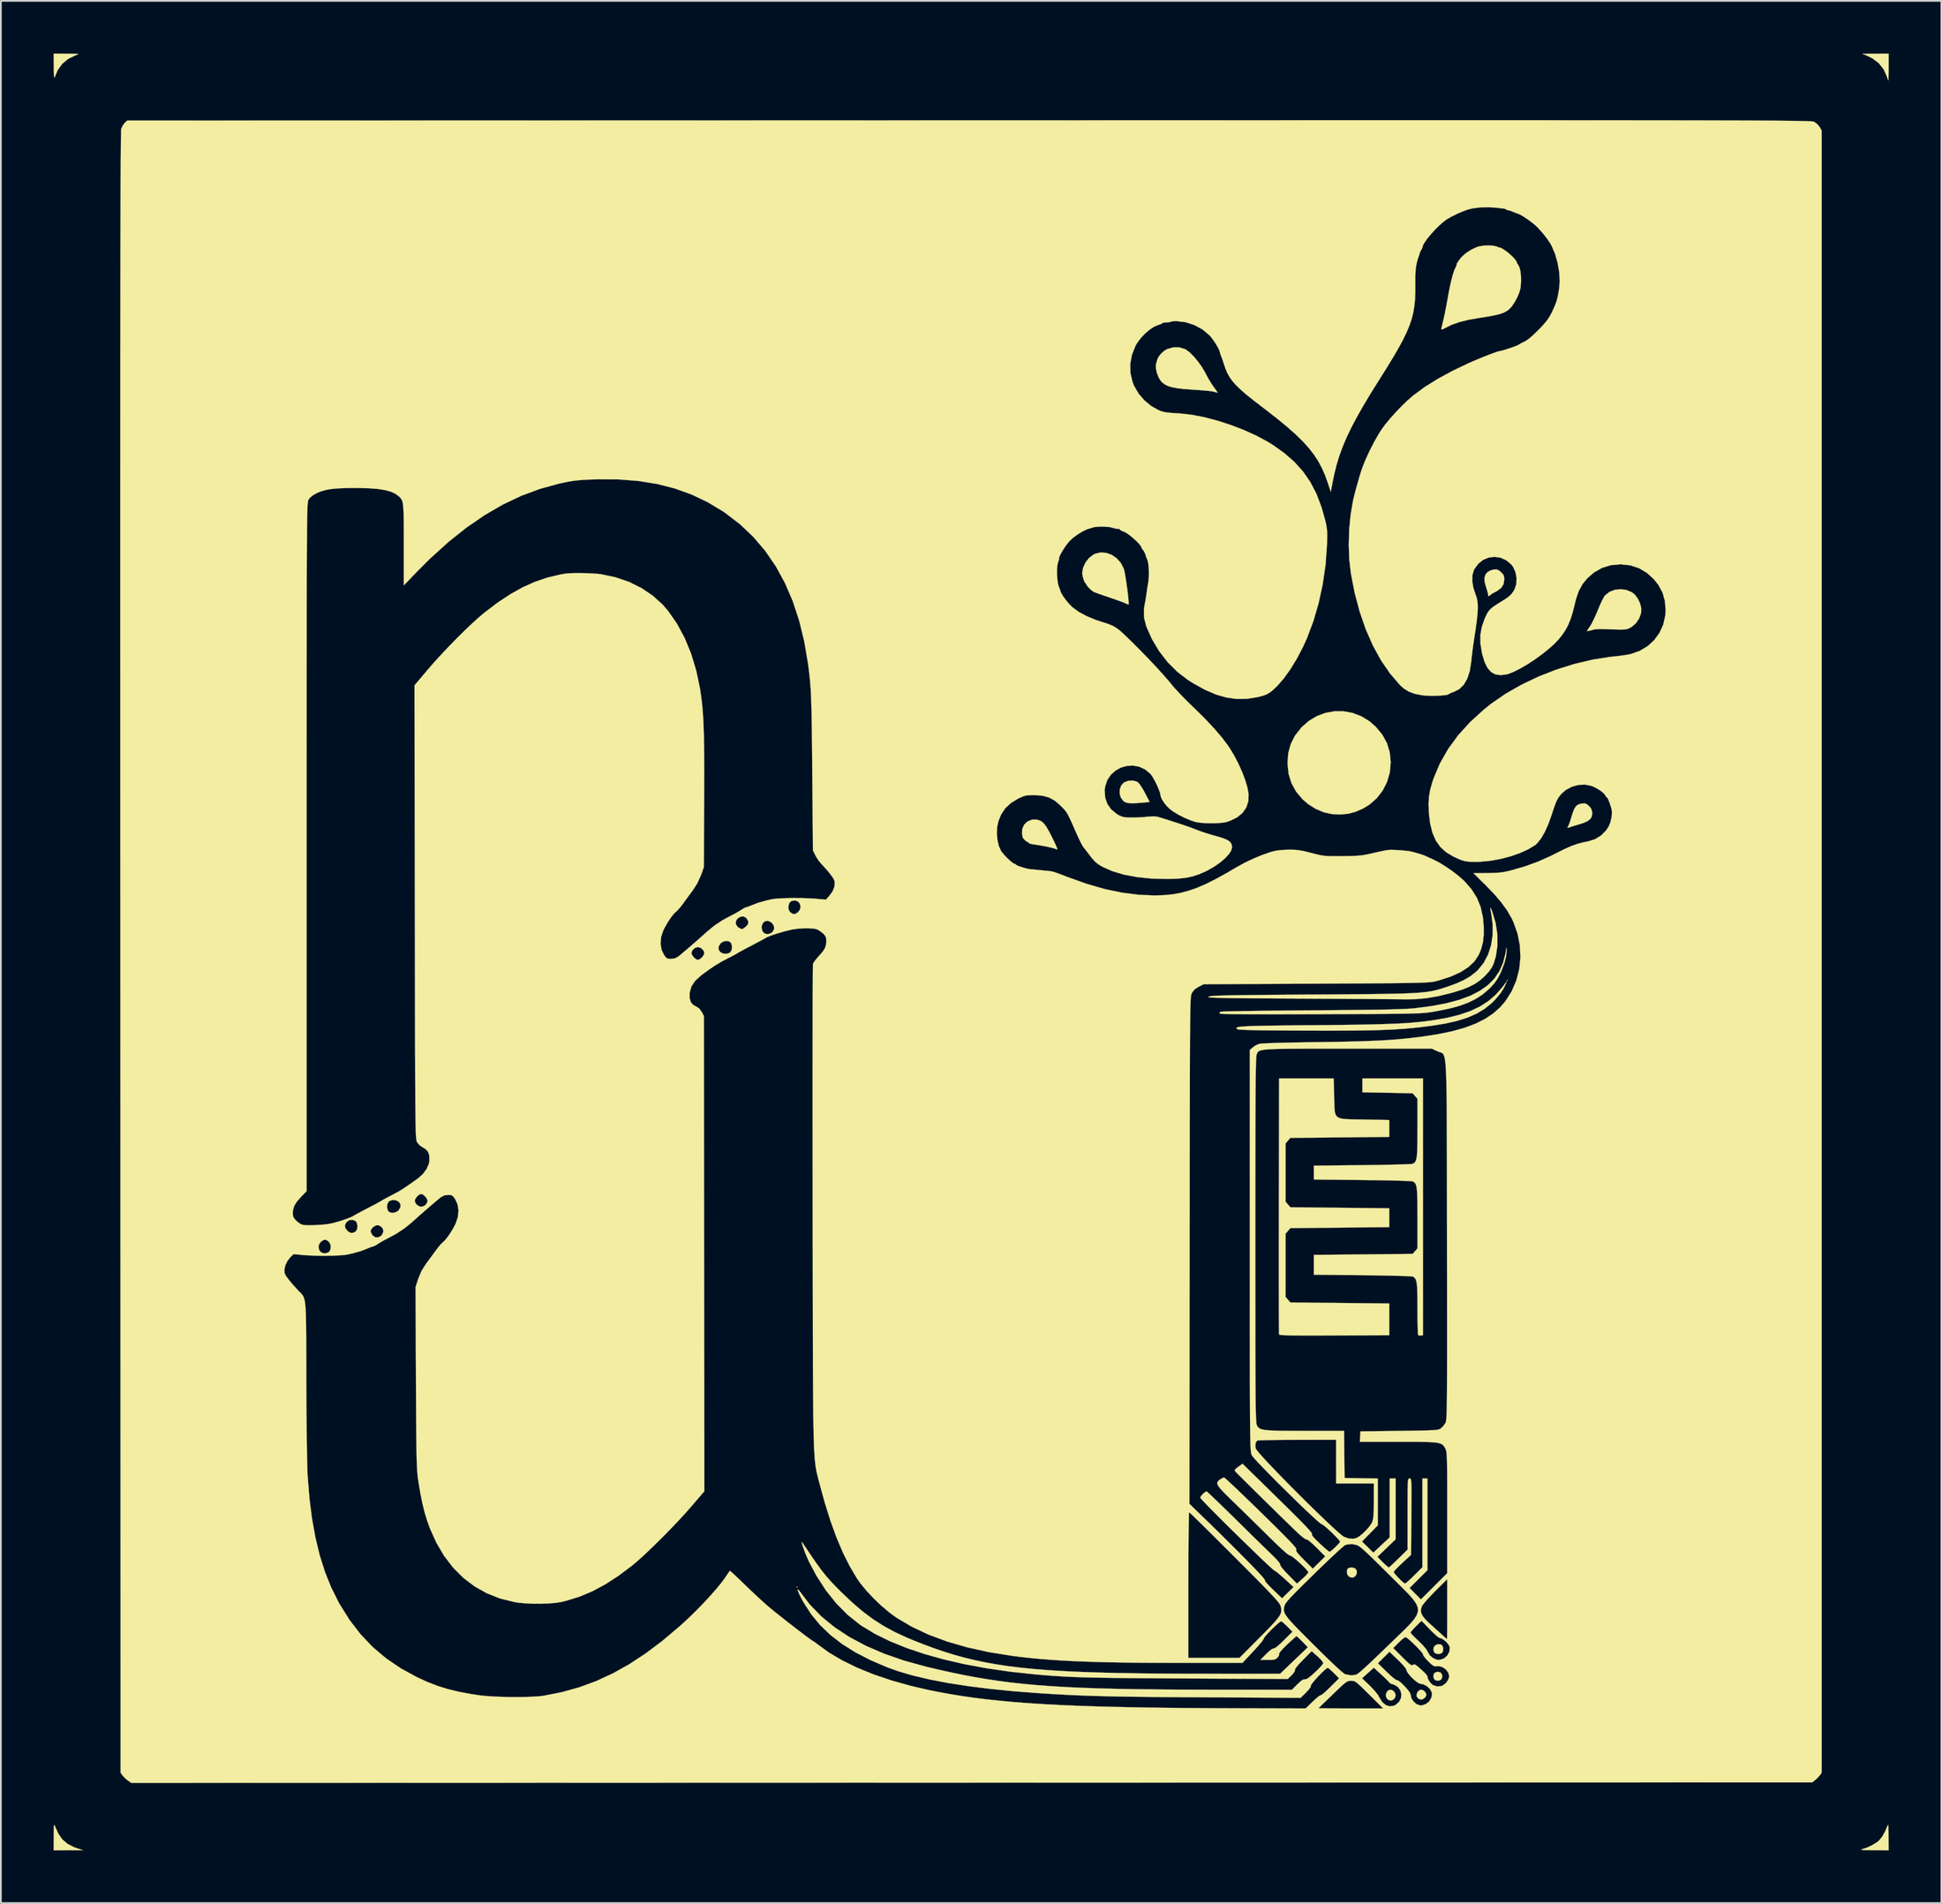
<source format=kicad_pcb>
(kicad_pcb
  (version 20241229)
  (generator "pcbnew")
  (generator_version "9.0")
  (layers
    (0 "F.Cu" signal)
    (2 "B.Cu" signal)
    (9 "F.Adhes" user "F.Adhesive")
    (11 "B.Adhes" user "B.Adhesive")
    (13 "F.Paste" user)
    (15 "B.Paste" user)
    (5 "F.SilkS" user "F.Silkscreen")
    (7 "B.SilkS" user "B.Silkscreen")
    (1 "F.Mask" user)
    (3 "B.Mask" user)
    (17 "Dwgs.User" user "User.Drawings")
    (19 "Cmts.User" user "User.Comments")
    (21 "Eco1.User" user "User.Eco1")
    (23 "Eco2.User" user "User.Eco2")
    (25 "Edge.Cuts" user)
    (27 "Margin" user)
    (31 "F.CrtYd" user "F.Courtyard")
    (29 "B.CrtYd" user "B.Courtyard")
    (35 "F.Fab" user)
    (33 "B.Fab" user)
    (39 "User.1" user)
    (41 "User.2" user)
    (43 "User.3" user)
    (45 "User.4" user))
  (footprint "nuai_logo"
    (layer "F.Cu")
    (at 52.216 51.144)
    (property "Reference" "nuai_logo" (at 0 0 0) (layer "F.SilkS") (effects (font (size 1.524 1.524) (thickness 0.3))))
    (attr through_hole)
    (fp_poly (pts (xy -9.878 36.153) (xy -9.906 36.181) (xy -9.934 36.153) (xy -9.906 36.124) (xy -9.878 36.153)) (stroke (width 0.01) (type solid)) (fill yes) (layer "F.SilkS"))
    (fp_poly (pts (xy 30.536 1.609) (xy 30.508 1.637) (xy 30.48 1.609) (xy 30.508 1.58) (xy 30.536 1.609)) (stroke (width 0.01) (type solid)) (fill yes) (layer "F.SilkS"))
    (fp_poly (pts (xy 24.001 42.044) (xy 24.109 42.162) (xy 24.158 42.309) (xy 24.158 42.32) (xy 24.111 42.47) (xy 23.995 42.582) (xy 23.876 42.616) (xy 23.752 42.577) (xy 23.682 42.527) (xy 23.606 42.386) (xy 23.609 42.228) (xy 23.678 42.089) (xy 23.802 42.005) (xy 23.871 41.995) (xy 24.001 42.044)) (stroke (width 0.01) (type solid)) (fill yes) (layer "F.SilkS"))
    (fp_poly (pts (xy 26.8 39.466) (xy 26.852 39.572) (xy 26.868 39.68) (xy 26.843 39.818) (xy 26.8 39.895) (xy 26.694 39.947) (xy 26.585 39.963) (xy 26.448 39.938) (xy 26.371 39.895) (xy 26.31 39.763) (xy 26.323 39.604) (xy 26.392 39.487) (xy 26.53 39.412) (xy 26.689 39.408) (xy 26.8 39.466)) (stroke (width 0.01) (type solid)) (fill yes) (layer "F.SilkS"))
    (fp_poly (pts (xy -52.156 49.721) (xy -52.129 49.787) (xy -51.942 50.203) (xy -51.713 50.526) (xy -51.426 50.772) (xy -51.063 50.959) (xy -50.857 51.033) (xy -50.546 51.133) (xy -51.379 51.136) (xy -52.211 51.139) (xy -52.207 50.363) (xy -52.205 50.058) (xy -52.2 49.853) (xy -52.192 49.737) (xy -52.177 49.697) (xy -52.156 49.721)) (stroke (width 0.01) (type solid)) (fill yes) (layer "F.SilkS"))
    (fp_poly (pts (xy 21.853 35.094) (xy 21.872 35.108) (xy 21.947 35.233) (xy 21.943 35.382) (xy 21.873 35.519) (xy 21.754 35.605) (xy 21.681 35.616) (xy 21.557 35.584) (xy 21.481 35.541) (xy 21.405 35.428) (xy 21.38 35.272) (xy 21.412 35.132) (xy 21.438 35.097) (xy 21.554 35.046) (xy 21.713 35.046) (xy 21.853 35.094)) (stroke (width 0.01) (type solid)) (fill yes) (layer "F.SilkS"))
    (fp_poly (pts (xy 25.745 42.041) (xy 25.856 42.151) (xy 25.908 42.278) (xy 25.908 42.287) (xy 25.863 42.398) (xy 25.757 42.502) (xy 25.639 42.556) (xy 25.621 42.557) (xy 25.506 42.529) (xy 25.442 42.498) (xy 25.359 42.396) (xy 25.351 42.259) (xy 25.406 42.123) (xy 25.511 42.024) (xy 25.621 41.995) (xy 25.745 42.041)) (stroke (width 0.01) (type solid)) (fill yes) (layer "F.SilkS"))
    (fp_poly (pts (xy 26.687 41.009) (xy 26.743 41.046) (xy 26.8 41.156) (xy 26.811 41.233) (xy 26.781 41.362) (xy 26.743 41.419) (xy 26.633 41.475) (xy 26.557 41.487) (xy 26.428 41.456) (xy 26.371 41.419) (xy 26.314 41.309) (xy 26.303 41.233) (xy 26.334 41.103) (xy 26.371 41.046) (xy 26.481 40.99) (xy 26.557 40.979) (xy 26.687 41.009)) (stroke (width 0.01) (type solid)) (fill yes) (layer "F.SilkS"))
    (fp_poly (pts (xy 52.211 -50.377) (xy 52.21 -50.098) (xy 52.207 -49.865) (xy 52.203 -49.699) (xy 52.198 -49.619) (xy 52.197 -49.615) (xy 52.173 -49.663) (xy 52.13 -49.785) (xy 52.109 -49.848) (xy 51.925 -50.255) (xy 51.65 -50.6) (xy 51.288 -50.874) (xy 50.992 -51.02) (xy 50.715 -51.133) (xy 51.463 -51.136) (xy 52.211 -51.139) (xy 52.211 -50.377)) (stroke (width 0.01) (type solid)) (fill yes) (layer "F.SilkS"))
    (fp_poly (pts (xy -51.463 -51.136) (xy -51.162 -51.135) (xy -50.961 -51.131) (xy -50.85 -51.124) (xy -50.816 -51.111) (xy -50.847 -51.09) (xy -50.932 -51.058) (xy -50.966 -51.046) (xy -51.384 -50.845) (xy -51.723 -50.564) (xy -51.984 -50.202) (xy -52.158 -49.784) (xy -52.175 -49.78) (xy -52.189 -49.876) (xy -52.2 -50.062) (xy -52.206 -50.326) (xy -52.206 -50.391) (xy -52.211 -51.139) (xy -51.463 -51.136)) (stroke (width 0.01) (type solid)) (fill yes) (layer "F.SilkS"))
    (fp_poly (pts (xy 52.193 49.745) (xy 52.201 49.869) (xy 52.205 50.083) (xy 52.207 50.363) (xy 52.211 51.139) (xy 51.35 51.133) (xy 51.024 51.129) (xy 50.804 51.123) (xy 50.681 51.112) (xy 50.648 51.098) (xy 50.698 51.079) (xy 50.708 51.076) (xy 50.968 50.991) (xy 51.25 50.86) (xy 51.506 50.709) (xy 51.666 50.584) (xy 51.85 50.357) (xy 52.024 50.04) (xy 52.129 49.787) (xy 52.159 49.716) (xy 52.179 49.698) (xy 52.193 49.745)) (stroke (width 0.01) (type solid)) (fill yes) (layer "F.SilkS"))
    (fp_poly (pts (xy 9.408 -9.706) (xy 9.497 -9.653) (xy 9.585 -9.554) (xy 9.702 -9.383) (xy 9.83 -9.167) (xy 9.898 -9.04) (xy 10.157 -8.539) (xy 9.778 -8.503) (xy 9.407 -8.474) (xy 9.13 -8.466) (xy 8.927 -8.481) (xy 8.78 -8.522) (xy 8.671 -8.588) (xy 8.664 -8.594) (xy 8.521 -8.782) (xy 8.453 -9.012) (xy 8.459 -9.253) (xy 8.536 -9.472) (xy 8.685 -9.638) (xy 8.71 -9.655) (xy 8.937 -9.743) (xy 9.184 -9.76) (xy 9.408 -9.706)) (stroke (width 0.01) (type solid)) (fill yes) (layer "F.SilkS"))
    (fp_poly (pts (xy 35.036 -8.414) (xy 35.159 -8.312) (xy 35.288 -8.153) (xy 35.339 -7.977) (xy 35.343 -7.917) (xy 35.325 -7.73) (xy 35.244 -7.58) (xy 35.087 -7.455) (xy 34.84 -7.345) (xy 34.6 -7.268) (xy 34.371 -7.2) (xy 34.174 -7.138) (xy 34.041 -7.094) (xy 34.015 -7.084) (xy 33.945 -7.062) (xy 33.946 -7.102) (xy 33.981 -7.171) (xy 34.041 -7.309) (xy 34.105 -7.493) (xy 34.125 -7.561) (xy 34.224 -7.889) (xy 34.314 -8.122) (xy 34.406 -8.279) (xy 34.513 -8.376) (xy 34.646 -8.429) (xy 34.756 -8.449) (xy 34.917 -8.457) (xy 35.036 -8.414)) (stroke (width 0.01) (type solid)) (fill yes) (layer "F.SilkS"))
    (fp_poly (pts (xy 30.013 -21.734) (xy 30.147 -21.629) (xy 30.272 -21.499) (xy 30.327 -21.371) (xy 30.339 -21.204) (xy 30.296 -20.938) (xy 30.161 -20.724) (xy 29.927 -20.549) (xy 29.845 -20.506) (xy 29.689 -20.424) (xy 29.579 -20.351) (xy 29.551 -20.323) (xy 29.472 -20.266) (xy 29.451 -20.264) (xy 29.414 -20.285) (xy 29.421 -20.296) (xy 29.42 -20.361) (xy 29.387 -20.504) (xy 29.328 -20.696) (xy 29.315 -20.734) (xy 29.228 -21.043) (xy 29.21 -21.281) (xy 29.26 -21.467) (xy 29.375 -21.614) (xy 29.522 -21.706) (xy 29.706 -21.766) (xy 29.733 -21.77) (xy 29.891 -21.778) (xy 30.013 -21.734)) (stroke (width 0.01) (type solid)) (fill yes) (layer "F.SilkS"))
    (fp_poly (pts (xy 3.817 -7.517) (xy 3.973 -7.455) (xy 4.116 -7.339) (xy 4.258 -7.158) (xy 4.415 -6.896) (xy 4.582 -6.573) (xy 4.707 -6.318) (xy 4.808 -6.1) (xy 4.877 -5.939) (xy 4.906 -5.854) (xy 4.905 -5.846) (xy 4.842 -5.848) (xy 4.801 -5.868) (xy 4.708 -5.902) (xy 4.53 -5.947) (xy 4.296 -5.998) (xy 4.034 -6.049) (xy 3.771 -6.094) (xy 3.542 -6.126) (xy 3.386 -6.156) (xy 3.289 -6.193) (xy 3.274 -6.212) (xy 3.23 -6.263) (xy 3.21 -6.265) (xy 3.129 -6.304) (xy 3.041 -6.387) (xy 2.972 -6.465) (xy 2.938 -6.516) (xy 2.921 -6.585) (xy 2.902 -6.716) (xy 2.9 -6.734) (xy 2.911 -7.008) (xy 3.016 -7.244) (xy 3.198 -7.423) (xy 3.439 -7.525) (xy 3.635 -7.541) (xy 3.817 -7.517)) (stroke (width 0.01) (type solid)) (fill yes) (layer "F.SilkS"))
    (fp_poly (pts (xy 21.195 -13.702) (xy 21.711 -13.607) (xy 22.208 -13.416) (xy 22.676 -13.128) (xy 23.029 -12.817) (xy 23.399 -12.37) (xy 23.66 -11.894) (xy 23.818 -11.38) (xy 23.875 -10.819) (xy 23.875 -10.779) (xy 23.823 -10.214) (xy 23.668 -9.68) (xy 23.42 -9.19) (xy 23.085 -8.757) (xy 22.672 -8.393) (xy 22.313 -8.173) (xy 21.872 -7.979) (xy 21.444 -7.866) (xy 20.992 -7.828) (xy 20.525 -7.853) (xy 20.068 -7.952) (xy 19.609 -8.146) (xy 19.175 -8.42) (xy 18.863 -8.691) (xy 18.494 -9.13) (xy 18.23 -9.608) (xy 18.069 -10.131) (xy 18.007 -10.705) (xy 18.006 -10.785) (xy 18.049 -11.331) (xy 18.183 -11.824) (xy 18.414 -12.286) (xy 18.447 -12.337) (xy 18.801 -12.789) (xy 19.213 -13.152) (xy 19.672 -13.427) (xy 20.163 -13.611) (xy 20.675 -13.703) (xy 21.195 -13.702)) (stroke (width 0.01) (type solid)) (fill yes) (layer "F.SilkS"))
    (fp_poly (pts (xy 37.297 -20.606) (xy 37.597 -20.478) (xy 37.752 -20.36) (xy 37.929 -20.135) (xy 38.065 -19.848) (xy 38.134 -19.572) (xy 38.12 -19.28) (xy 38.014 -18.986) (xy 37.832 -18.719) (xy 37.592 -18.507) (xy 37.423 -18.415) (xy 37.319 -18.381) (xy 37.184 -18.361) (xy 36.999 -18.353) (xy 36.743 -18.356) (xy 36.407 -18.369) (xy 36.047 -18.383) (xy 35.776 -18.385) (xy 35.572 -18.374) (xy 35.413 -18.349) (xy 35.32 -18.325) (xy 35.167 -18.283) (xy 35.07 -18.265) (xy 35.052 -18.269) (xy 35.081 -18.327) (xy 35.157 -18.446) (xy 35.229 -18.553) (xy 35.32 -18.707) (xy 35.435 -18.936) (xy 35.559 -19.209) (xy 35.676 -19.486) (xy 35.789 -19.756) (xy 35.902 -19.999) (xy 36.001 -20.189) (xy 36.074 -20.301) (xy 36.077 -20.305) (xy 36.33 -20.5) (xy 36.636 -20.617) (xy 36.967 -20.652) (xy 37.297 -20.606)) (stroke (width 0.01) (type solid)) (fill yes) (layer "F.SilkS"))
    (fp_poly (pts (xy 11.851 -34.418) (xy 12.167 -34.321) (xy 12.228 -34.288) (xy 12.441 -34.127) (xy 12.679 -33.889) (xy 12.92 -33.598) (xy 13.143 -33.283) (xy 13.327 -32.967) (xy 13.352 -32.917) (xy 13.488 -32.66) (xy 13.648 -32.393) (xy 13.799 -32.171) (xy 13.808 -32.159) (xy 13.921 -32.003) (xy 13.995 -31.889) (xy 14.014 -31.84) (xy 14.012 -31.84) (xy 13.933 -31.859) (xy 13.802 -31.898) (xy 13.801 -31.898) (xy 13.689 -31.919) (xy 13.487 -31.944) (xy 13.218 -31.969) (xy 12.905 -31.993) (xy 12.672 -32.008) (xy 12.173 -32.043) (xy 11.772 -32.088) (xy 11.455 -32.145) (xy 11.208 -32.218) (xy 11.017 -32.312) (xy 10.866 -32.43) (xy 10.793 -32.509) (xy 10.672 -32.704) (xy 10.578 -32.945) (xy 10.521 -33.191) (xy 10.512 -33.401) (xy 10.526 -33.469) (xy 10.566 -33.619) (xy 10.582 -33.692) (xy 10.661 -33.874) (xy 10.812 -34.066) (xy 11.004 -34.233) (xy 11.165 -34.325) (xy 11.507 -34.42) (xy 11.851 -34.418)) (stroke (width 0.01) (type solid)) (fill yes) (layer "F.SilkS"))
    (fp_poly (pts (xy 7.692 -22.72) (xy 8.005 -22.605) (xy 8.289 -22.407) (xy 8.523 -22.138) (xy 8.683 -21.827) (xy 8.716 -21.705) (xy 8.755 -21.506) (xy 8.798 -21.252) (xy 8.842 -20.965) (xy 8.883 -20.667) (xy 8.918 -20.381) (xy 8.946 -20.126) (xy 8.962 -19.927) (xy 8.964 -19.804) (xy 8.958 -19.777) (xy 8.906 -19.792) (xy 8.798 -19.844) (xy 8.692 -19.889) (xy 8.502 -19.961) (xy 8.253 -20.051) (xy 7.968 -20.15) (xy 7.866 -20.184) (xy 7.579 -20.281) (xy 7.322 -20.371) (xy 7.12 -20.444) (xy 6.994 -20.493) (xy 6.971 -20.503) (xy 6.86 -20.58) (xy 6.733 -20.697) (xy 6.621 -20.82) (xy 6.554 -20.919) (xy 6.548 -20.944) (xy 6.513 -20.996) (xy 6.505 -20.997) (xy 6.462 -21.047) (xy 6.411 -21.17) (xy 6.363 -21.33) (xy 6.33 -21.488) (xy 6.322 -21.579) (xy 6.373 -21.881) (xy 6.513 -22.179) (xy 6.719 -22.439) (xy 6.971 -22.63) (xy 7.048 -22.667) (xy 7.367 -22.744) (xy 7.692 -22.72)) (stroke (width 0.01) (type solid)) (fill yes) (layer "F.SilkS"))
    (fp_poly (pts (xy 20.659 8.225) (xy 20.666 8.592) (xy 20.675 8.881) (xy 20.696 9.103) (xy 20.742 9.266) (xy 20.826 9.38) (xy 20.958 9.454) (xy 21.151 9.498) (xy 21.417 9.52) (xy 21.768 9.53) (xy 22.216 9.536) (xy 22.368 9.539) (xy 23.791 9.567) (xy 23.791 10.527) (xy 20.978 10.555) (xy 18.165 10.583) (xy 18.029 10.742) (xy 17.893 10.9) (xy 17.893 14.218) (xy 18.165 14.534) (xy 23.791 14.591) (xy 23.791 15.663) (xy 18.165 15.72) (xy 18.029 15.878) (xy 17.893 16.037) (xy 17.893 19.636) (xy 18.029 19.795) (xy 18.165 19.953) (xy 20.978 19.981) (xy 23.791 20.01) (xy 23.791 21.816) (xy 20.671 21.83) (xy 19.971 21.833) (xy 19.377 21.834) (xy 18.881 21.834) (xy 18.475 21.831) (xy 18.152 21.827) (xy 17.905 21.82) (xy 17.726 21.812) (xy 17.608 21.8) (xy 17.543 21.787) (xy 17.524 21.774) (xy 17.521 21.71) (xy 17.518 21.539) (xy 17.515 21.27) (xy 17.513 20.907) (xy 17.511 20.459) (xy 17.51 19.932) (xy 17.509 19.332) (xy 17.508 18.667) (xy 17.508 17.942) (xy 17.508 17.166) (xy 17.509 16.344) (xy 17.51 15.484) (xy 17.511 14.592) (xy 17.511 14.45) (xy 17.526 7.197) (xy 20.63 7.197) (xy 20.659 8.225)) (stroke (width 0.01) (type solid)) (fill yes) (layer "F.SilkS"))
    (fp_poly (pts (xy 29.728 -40.202) (xy 29.923 -40.156) (xy 29.958 -40.139) (xy 30.052 -40.099) (xy 30.085 -40.101) (xy 30.128 -40.089) (xy 30.238 -40.03) (xy 30.349 -39.962) (xy 30.522 -39.838) (xy 30.7 -39.685) (xy 30.861 -39.528) (xy 30.983 -39.387) (xy 31.042 -39.286) (xy 31.044 -39.271) (xy 31.079 -39.183) (xy 31.128 -39.118) (xy 31.204 -38.971) (xy 31.259 -38.742) (xy 31.289 -38.457) (xy 31.292 -38.144) (xy 31.266 -37.832) (xy 31.259 -37.784) (xy 31.193 -37.544) (xy 31.076 -37.267) (xy 30.927 -36.99) (xy 30.767 -36.752) (xy 30.627 -36.598) (xy 30.494 -36.497) (xy 30.343 -36.413) (xy 30.159 -36.34) (xy 29.923 -36.275) (xy 29.621 -36.211) (xy 29.233 -36.145) (xy 28.915 -36.096) (xy 28.303 -35.989) (xy 27.785 -35.859) (xy 27.344 -35.704) (xy 26.963 -35.517) (xy 26.938 -35.502) (xy 26.822 -35.447) (xy 26.759 -35.441) (xy 26.755 -35.451) (xy 26.768 -35.529) (xy 26.803 -35.685) (xy 26.853 -35.89) (xy 26.866 -35.942) (xy 26.917 -36.161) (xy 26.979 -36.457) (xy 27.044 -36.794) (xy 27.107 -37.138) (xy 27.122 -37.225) (xy 27.218 -37.743) (xy 27.315 -38.191) (xy 27.411 -38.557) (xy 27.503 -38.832) (xy 27.579 -38.989) (xy 27.627 -39.081) (xy 27.624 -39.116) (xy 27.624 -39.155) (xy 27.68 -39.255) (xy 27.774 -39.39) (xy 27.891 -39.536) (xy 27.936 -39.586) (xy 28.17 -39.794) (xy 28.464 -39.982) (xy 28.768 -40.124) (xy 28.932 -40.174) (xy 29.194 -40.213) (xy 29.472 -40.222) (xy 29.728 -40.202)) (stroke (width 0.01) (type solid)) (fill yes) (layer "F.SilkS"))
    (fp_poly (pts (xy 30.423 1.822) (xy 30.299 2.082) (xy 30.101 2.377) (xy 29.852 2.678) (xy 29.625 2.909) (xy 29.231 3.228) (xy 28.78 3.5) (xy 28.261 3.73) (xy 27.664 3.921) (xy 26.977 4.077) (xy 26.192 4.202) (xy 26.19 4.202) (xy 25.788 4.254) (xy 25.401 4.299) (xy 25.019 4.338) (xy 24.633 4.371) (xy 24.233 4.399) (xy 23.809 4.423) (xy 23.35 4.441) (xy 22.848 4.456) (xy 22.291 4.466) (xy 21.67 4.473) (xy 20.976 4.477) (xy 20.198 4.478) (xy 19.327 4.476) (xy 18.406 4.473) (xy 17.665 4.469) (xy 17.032 4.464) (xy 16.5 4.457) (xy 16.065 4.45) (xy 15.721 4.441) (xy 15.462 4.43) (xy 15.282 4.418) (xy 15.177 4.404) (xy 15.143 4.392) (xy 15.109 4.359) (xy 15.098 4.33) (xy 15.117 4.304) (xy 15.171 4.282) (xy 15.269 4.263) (xy 15.417 4.247) (xy 15.621 4.233) (xy 15.888 4.221) (xy 16.226 4.21) (xy 16.641 4.201) (xy 17.139 4.193) (xy 17.728 4.186) (xy 18.414 4.178) (xy 19.203 4.171) (xy 19.473 4.169) (xy 20.413 4.16) (xy 21.249 4.15) (xy 21.99 4.14) (xy 22.646 4.128) (xy 23.227 4.114) (xy 23.741 4.098) (xy 24.197 4.079) (xy 24.605 4.058) (xy 24.975 4.033) (xy 25.314 4.004) (xy 25.634 3.972) (xy 25.942 3.935) (xy 26.248 3.893) (xy 26.258 3.892) (xy 27.071 3.751) (xy 27.786 3.576) (xy 28.412 3.361) (xy 28.96 3.101) (xy 29.44 2.791) (xy 29.863 2.425) (xy 30.237 1.999) (xy 30.38 1.805) (xy 30.478 1.665) (xy 30.423 1.822)) (stroke (width 0.01) (type solid)) (fill yes) (layer "F.SilkS"))
    (fp_poly (pts (xy 25.71 21.816) (xy 25.595 21.832) (xy 25.483 21.828) (xy 25.44 21.809) (xy 25.429 21.744) (xy 25.42 21.581) (xy 25.411 21.336) (xy 25.405 21.025) (xy 25.401 20.662) (xy 25.4 20.308) (xy 25.399 19.82) (xy 25.393 19.433) (xy 25.382 19.133) (xy 25.363 18.907) (xy 25.335 18.744) (xy 25.296 18.631) (xy 25.243 18.553) (xy 25.175 18.5) (xy 25.134 18.478) (xy 25.059 18.468) (xy 24.882 18.457) (xy 24.615 18.446) (xy 24.27 18.436) (xy 23.856 18.426) (xy 23.386 18.416) (xy 22.872 18.408) (xy 22.324 18.401) (xy 22.267 18.401) (xy 19.502 18.373) (xy 19.502 17.244) (xy 25.128 17.187) (xy 25.264 17.029) (xy 25.4 16.871) (xy 25.4 15.149) (xy 25.399 14.624) (xy 25.395 14.2) (xy 25.387 13.866) (xy 25.373 13.608) (xy 25.352 13.417) (xy 25.322 13.28) (xy 25.281 13.185) (xy 25.229 13.121) (xy 25.164 13.075) (xy 25.134 13.06) (xy 25.059 13.049) (xy 24.882 13.039) (xy 24.615 13.028) (xy 24.27 13.017) (xy 23.856 13.007) (xy 23.386 12.998) (xy 22.872 12.99) (xy 22.324 12.983) (xy 22.267 12.982) (xy 19.502 12.954) (xy 19.502 12.164) (xy 22.267 12.136) (xy 22.818 12.129) (xy 23.337 12.121) (xy 23.811 12.112) (xy 24.231 12.102) (xy 24.584 12.091) (xy 24.859 12.08) (xy 25.046 12.07) (xy 25.131 12.059) (xy 25.134 12.058) (xy 25.206 12.016) (xy 25.264 11.959) (xy 25.309 11.875) (xy 25.343 11.752) (xy 25.368 11.579) (xy 25.384 11.343) (xy 25.394 11.033) (xy 25.398 10.636) (xy 25.4 10.141) (xy 25.4 10.025) (xy 25.4 8.36) (xy 25.264 8.202) (xy 25.128 8.043) (xy 23.698 8.015) (xy 22.267 7.987) (xy 22.267 7.197) (xy 25.71 7.197) (xy 25.71 21.816)) (stroke (width 0.01) (type solid)) (fill yes) (layer "F.SilkS"))
    (fp_poly (pts (xy 30.469 -0.199) (xy 30.473 -0.082) (xy 30.445 0.244) (xy 30.347 0.631) (xy 30.186 1.058) (xy 30.086 1.275) (xy 29.938 1.548) (xy 29.777 1.778) (xy 29.569 2.008) (xy 29.443 2.131) (xy 29.094 2.425) (xy 28.708 2.676) (xy 28.27 2.89) (xy 27.766 3.073) (xy 27.181 3.23) (xy 26.502 3.367) (xy 26.352 3.393) (xy 26.227 3.414) (xy 26.108 3.432) (xy 25.986 3.448) (xy 25.856 3.462) (xy 25.709 3.475) (xy 25.538 3.485) (xy 25.335 3.494) (xy 25.094 3.502) (xy 24.807 3.509) (xy 24.466 3.515) (xy 24.065 3.519) (xy 23.595 3.524) (xy 23.051 3.527) (xy 22.423 3.531) (xy 21.705 3.534) (xy 20.889 3.537) (xy 19.969 3.541) (xy 19.888 3.541) (xy 18.85 3.544) (xy 17.911 3.546) (xy 17.072 3.547) (xy 16.336 3.546) (xy 15.704 3.543) (xy 15.177 3.539) (xy 14.756 3.534) (xy 14.444 3.527) (xy 14.241 3.519) (xy 14.149 3.509) (xy 14.144 3.507) (xy 14.152 3.432) (xy 14.181 3.405) (xy 14.247 3.398) (xy 14.417 3.39) (xy 14.684 3.382) (xy 15.04 3.374) (xy 15.477 3.366) (xy 15.986 3.358) (xy 16.559 3.35) (xy 17.188 3.342) (xy 17.866 3.335) (xy 18.583 3.329) (xy 19.333 3.323) (xy 19.36 3.323) (xy 20.297 3.316) (xy 21.128 3.309) (xy 21.861 3.302) (xy 22.502 3.295) (xy 23.061 3.287) (xy 23.543 3.278) (xy 23.956 3.269) (xy 24.308 3.258) (xy 24.605 3.247) (xy 24.855 3.234) (xy 25.066 3.22) (xy 25.245 3.204) (xy 25.287 3.199) (xy 26.222 3.076) (xy 27.053 2.918) (xy 27.784 2.722) (xy 28.418 2.486) (xy 28.959 2.207) (xy 29.411 1.885) (xy 29.778 1.515) (xy 30.063 1.096) (xy 30.27 0.624) (xy 30.404 0.099) (xy 30.424 -0.022) (xy 30.448 -0.185) (xy 30.462 -0.242) (xy 30.469 -0.199)) (stroke (width 0.01) (type solid)) (fill yes) (layer "F.SilkS"))
    (fp_poly (pts (xy 29.572 -2.489) (xy 29.622 -2.376) (xy 29.652 -2.301) (xy 29.846 -1.654) (xy 29.945 -1.003) (xy 29.95 -0.364) (xy 29.86 0.245) (xy 29.735 0.657) (xy 29.627 0.886) (xy 29.471 1.108) (xy 29.244 1.357) (xy 29.241 1.36) (xy 28.973 1.602) (xy 28.679 1.807) (xy 28.338 1.985) (xy 27.93 2.146) (xy 27.435 2.301) (xy 27.3 2.339) (xy 26.583 2.514) (xy 25.922 2.629) (xy 25.285 2.688) (xy 24.683 2.696) (xy 24.52 2.693) (xy 24.255 2.69) (xy 23.894 2.687) (xy 23.449 2.683) (xy 22.928 2.679) (xy 22.34 2.675) (xy 21.695 2.671) (xy 21.002 2.666) (xy 20.271 2.662) (xy 19.51 2.658) (xy 18.729 2.653) (xy 18.655 2.653) (xy 17.756 2.648) (xy 16.965 2.643) (xy 16.273 2.639) (xy 15.676 2.634) (xy 15.167 2.629) (xy 14.739 2.624) (xy 14.386 2.618) (xy 14.103 2.612) (xy 13.882 2.605) (xy 13.718 2.597) (xy 13.604 2.588) (xy 13.534 2.578) (xy 13.502 2.566) (xy 13.502 2.553) (xy 13.518 2.543) (xy 13.56 2.529) (xy 13.631 2.517) (xy 13.736 2.506) (xy 13.883 2.496) (xy 14.077 2.486) (xy 14.324 2.478) (xy 14.632 2.471) (xy 15.005 2.464) (xy 15.452 2.457) (xy 15.977 2.451) (xy 16.587 2.445) (xy 17.288 2.439) (xy 18.087 2.433) (xy 18.99 2.426) (xy 19.417 2.424) (xy 20.409 2.417) (xy 21.296 2.411) (xy 22.084 2.404) (xy 22.781 2.398) (xy 23.394 2.39) (xy 23.93 2.38) (xy 24.397 2.369) (xy 24.802 2.356) (xy 25.152 2.34) (xy 25.454 2.321) (xy 25.715 2.298) (xy 25.943 2.271) (xy 26.145 2.24) (xy 26.329 2.204) (xy 26.5 2.163) (xy 26.668 2.117) (xy 26.838 2.064) (xy 27.019 2.005) (xy 27.112 1.974) (xy 27.634 1.783) (xy 28.064 1.586) (xy 28.421 1.374) (xy 28.727 1.133) (xy 28.847 1.02) (xy 29.171 0.619) (xy 29.419 0.145) (xy 29.59 -0.388) (xy 29.678 -0.964) (xy 29.68 -1.57) (xy 29.609 -2.117) (xy 29.573 -2.312) (xy 29.55 -2.459) (xy 29.546 -2.526) (xy 29.546 -2.527) (xy 29.572 -2.489)) (stroke (width 0.01) (type solid)) (fill yes) (layer "F.SilkS"))
    (fp_poly (pts (xy 28.238 -47.348) (xy 29.77 -47.348) (xy 31.221 -47.348) (xy 32.592 -47.348) (xy 33.886 -47.347) (xy 35.106 -47.347) (xy 36.252 -47.346) (xy 37.329 -47.345) (xy 38.337 -47.344) (xy 39.28 -47.343) (xy 40.158 -47.342) (xy 40.976 -47.341) (xy 41.734 -47.339) (xy 42.435 -47.337) (xy 43.081 -47.336) (xy 43.675 -47.334) (xy 44.219 -47.332) (xy 44.714 -47.329) (xy 45.164 -47.327) (xy 45.571 -47.324) (xy 45.936 -47.322) (xy 46.262 -47.319) (xy 46.551 -47.316) (xy 46.805 -47.312) (xy 47.028 -47.309) (xy 47.22 -47.305) (xy 47.384 -47.301) (xy 47.523 -47.297) (xy 47.638 -47.293) (xy 47.732 -47.289) (xy 47.807 -47.284) (xy 47.866 -47.279) (xy 47.91 -47.274) (xy 47.941 -47.269) (xy 47.963 -47.263) (xy 47.976 -47.258) (xy 48.137 -47.14) (xy 48.274 -46.982) (xy 48.286 -46.962) (xy 48.401 -46.764) (xy 48.401 46.728) (xy 48.285 46.884) (xy 48.15 47.034) (xy 48.012 47.156) (xy 47.857 47.272) (xy 0.033 47.286) (xy -47.791 47.301) (xy -47.978 47.174) (xy -48.137 47.045) (xy -48.273 46.9) (xy -48.283 46.887) (xy -48.401 46.728) (xy -48.411 18.074) (xy -39.082 18.074) (xy -39.071 18.282) (xy -39.061 18.312) (xy -38.978 18.462) (xy -38.82 18.675) (xy -38.601 18.937) (xy -38.329 19.235) (xy -38.277 19.29) (xy -38.2 19.368) (xy -38.133 19.436) (xy -38.074 19.502) (xy -38.025 19.574) (xy -37.982 19.659) (xy -37.947 19.764) (xy -37.919 19.899) (xy -37.896 20.07) (xy -37.878 20.285) (xy -37.864 20.553) (xy -37.854 20.88) (xy -37.847 21.275) (xy -37.843 21.745) (xy -37.84 22.299) (xy -37.838 22.943) (xy -37.836 23.686) (xy -37.835 24.384) (xy -37.832 25.124) (xy -37.828 25.851) (xy -37.822 26.553) (xy -37.816 27.22) (xy -37.808 27.839) (xy -37.799 28.4) (xy -37.79 28.892) (xy -37.78 29.304) (xy -37.77 29.624) (xy -37.76 29.831) (xy -37.657 31.101) (xy -37.508 32.275) (xy -37.311 33.361) (xy -37.066 34.368) (xy -36.769 35.303) (xy -36.418 36.175) (xy -36.012 36.993) (xy -35.937 37.128) (xy -35.37 38.033) (xy -34.745 38.844) (xy -34.055 39.569) (xy -33.292 40.214) (xy -32.447 40.787) (xy -31.524 41.291) (xy -30.938 41.559) (xy -30.363 41.781) (xy -29.774 41.964) (xy -29.141 42.117) (xy -28.439 42.248) (xy -28.025 42.311) (xy -27.681 42.35) (xy -27.263 42.38) (xy -26.794 42.401) (xy -26.298 42.413) (xy -25.8 42.416) (xy -25.323 42.409) (xy -24.893 42.393) (xy -24.533 42.367) (xy -24.328 42.341) (xy -23.3 42.139) (xy -22.309 41.863) (xy -21.346 41.51) (xy -20.401 41.074) (xy -19.464 40.551) (xy -18.527 39.936) (xy -17.58 39.223) (xy -16.613 38.407) (xy -16.351 38.172) (xy -15.982 37.827) (xy -15.6 37.45) (xy -15.221 37.058) (xy -14.859 36.668) (xy -14.532 36.297) (xy -14.255 35.964) (xy -14.045 35.685) (xy -14.017 35.645) (xy -13.893 35.462) (xy -13.795 35.318) (xy -13.74 35.236) (xy -13.733 35.226) (xy -13.69 35.257) (xy -13.578 35.355) (xy -13.412 35.51) (xy -13.201 35.709) (xy -12.96 35.942) (xy -12.912 35.989) (xy -12.617 36.274) (xy -12.302 36.571) (xy -11.994 36.856) (xy -11.72 37.105) (xy -11.543 37.26) (xy -11.366 37.408) (xy -11.138 37.593) (xy -10.871 37.806) (xy -10.581 38.036) (xy -10.279 38.271) (xy -9.981 38.503) (xy -9.698 38.719) (xy -9.446 38.91) (xy -9.237 39.065) (xy -9.085 39.174) (xy -9.004 39.226) (xy -8.996 39.229) (xy -8.939 39.262) (xy -8.824 39.346) (xy -8.73 39.42) (xy -8.08 39.891) (xy -7.327 40.335) (xy -6.478 40.749) (xy -5.54 41.13) (xy -4.52 41.475) (xy -3.425 41.782) (xy -2.399 42.018) (xy -1.773 42.143) (xy -1.135 42.258) (xy -0.48 42.364) (xy 0.198 42.461) (xy 0.906 42.549) (xy 1.648 42.628) (xy 2.432 42.7) (xy 3.263 42.764) (xy 4.148 42.82) (xy 5.091 42.87) (xy 6.1 42.913) (xy 7.18 42.95) (xy 8.337 42.98) (xy 9.577 43.006) (xy 10.907 43.026) (xy 12.331 43.041) (xy 13.857 43.051) (xy 15.429 43.057) (xy 19.034 43.067) (xy 19.051 43.05) (xy 19.76 43.05) (xy 19.809 43.054) (xy 19.957 43.058) (xy 20.193 43.061) (xy 20.502 43.064) (xy 20.873 43.065) (xy 21.291 43.066) (xy 21.595 43.067) (xy 23.453 43.066) (xy 22.658 42.276) (xy 22.386 42.007) (xy 22.181 41.807) (xy 22.027 41.666) (xy 21.913 41.574) (xy 21.824 41.52) (xy 21.746 41.495) (xy 21.667 41.487) (xy 21.622 41.487) (xy 21.536 41.49) (xy 21.458 41.506) (xy 21.375 41.545) (xy 21.272 41.617) (xy 21.135 41.734) (xy 20.952 41.904) (xy 20.707 42.139) (xy 20.582 42.26) (xy 20.336 42.498) (xy 20.118 42.709) (xy 19.941 42.878) (xy 19.818 42.996) (xy 19.762 43.049) (xy 19.76 43.05) (xy 19.051 43.05) (xy 19.442 42.672) (xy 19.616 42.51) (xy 19.761 42.388) (xy 19.859 42.322) (xy 19.889 42.316) (xy 19.941 42.294) (xy 20.056 42.204) (xy 20.217 42.061) (xy 20.408 41.878) (xy 20.434 41.852) (xy 20.94 41.349) (xy 20.937 41.346) (xy 22.247 41.346) (xy 22.686 41.769) (xy 22.952 42.045) (xy 23.146 42.29) (xy 23.243 42.459) (xy 23.398 42.709) (xy 23.596 42.873) (xy 23.819 42.943) (xy 24.052 42.911) (xy 24.156 42.862) (xy 24.353 42.69) (xy 24.461 42.479) (xy 24.484 42.252) (xy 24.425 42.032) (xy 24.288 41.845) (xy 24.077 41.713) (xy 23.975 41.682) (xy 23.863 41.645) (xy 23.82 41.609) (xy 23.78 41.558) (xy 23.674 41.449) (xy 23.518 41.298) (xy 23.368 41.158) (xy 22.916 40.745) (xy 22.582 41.045) (xy 22.247 41.346) (xy 20.937 41.346) (xy 20.646 41.051) (xy 20.496 40.906) (xy 20.372 40.8) (xy 20.297 40.754) (xy 20.292 40.753) (xy 20.219 40.792) (xy 20.095 40.896) (xy 19.939 41.044) (xy 19.769 41.218) (xy 19.605 41.397) (xy 19.464 41.562) (xy 19.366 41.692) (xy 19.33 41.768) (xy 19.331 41.773) (xy 19.308 41.858) (xy 19.206 41.998) (xy 19.057 42.157) (xy 18.752 42.458) (xy 13.285 42.429) (xy 12.212 42.423) (xy 11.242 42.417) (xy 10.365 42.409) (xy 9.571 42.401) (xy 8.849 42.391) (xy 8.191 42.379) (xy 7.585 42.366) (xy 7.022 42.351) (xy 6.492 42.333) (xy 5.985 42.313) (xy 5.49 42.29) (xy 4.998 42.264) (xy 4.499 42.235) (xy 3.982 42.202) (xy 3.81 42.19) (xy 2.384 42.08) (xy 1.051 41.946) (xy -0.189 41.79) (xy -1.33 41.612) (xy -2.371 41.412) (xy -3.309 41.19) (xy -4.141 40.948) (xy -4.774 40.722) (xy -5.733 40.309) (xy -6.588 39.868) (xy -7.345 39.392) (xy -8.011 38.878) (xy -8.592 38.318) (xy -9.095 37.71) (xy -9.525 37.046) (xy -9.689 36.745) (xy -9.793 36.529) (xy -9.855 36.375) (xy -9.872 36.291) (xy -9.845 36.288) (xy -9.771 36.373) (xy -9.727 36.436) (xy -9.176 37.157) (xy -8.527 37.825) (xy -7.779 38.437) (xy -6.933 38.996) (xy -5.988 39.5) (xy -4.944 39.95) (xy -3.8 40.346) (xy -2.558 40.687) (xy -2.512 40.699) (xy -1.798 40.867) (xy -1.107 41.02) (xy -0.431 41.16) (xy 0.239 41.286) (xy 0.908 41.399) (xy 1.587 41.5) (xy 2.282 41.59) (xy 3.001 41.669) (xy 3.752 41.737) (xy 4.543 41.796) (xy 5.381 41.846) (xy 6.275 41.888) (xy 7.233 41.921) (xy 8.261 41.948) (xy 9.369 41.968) (xy 10.564 41.982) (xy 11.853 41.991) (xy 13.244 41.995) (xy 13.712 41.996) (xy 18.253 41.999) (xy 18.567 41.688) (xy 18.753 41.516) (xy 18.886 41.425) (xy 18.981 41.403) (xy 18.994 41.406) (xy 19.073 41.395) (xy 19.193 41.327) (xy 19.364 41.191) (xy 19.572 41.004) (xy 19.759 40.823) (xy 19.911 40.662) (xy 20.009 40.538) (xy 20.038 40.479) (xy 19.998 40.398) (xy 19.891 40.27) (xy 19.74 40.121) (xy 19.708 40.092) (xy 19.378 39.802) (xy 18.887 40.295) (xy 18.659 40.533) (xy 18.506 40.715) (xy 18.432 40.833) (xy 18.428 40.871) (xy 18.408 40.96) (xy 18.31 41.094) (xy 18.238 41.17) (xy 18.017 41.386) (xy 12.183 41.356) (xy 11.17 41.351) (xy 10.261 41.345) (xy 9.447 41.339) (xy 8.719 41.333) (xy 8.07 41.325) (xy 7.489 41.316) (xy 6.968 41.306) (xy 6.499 41.295) (xy 6.072 41.281) (xy 5.679 41.266) (xy 5.311 41.248) (xy 4.96 41.227) (xy 4.615 41.204) (xy 4.27 41.177) (xy 3.914 41.147) (xy 3.584 41.118) (xy 2.199 40.968) (xy 0.873 40.775) (xy -0.386 40.541) (xy -1.573 40.267) (xy -2.682 39.956) (xy -3.707 39.609) (xy -4.642 39.227) (xy -5.481 38.813) (xy -6.218 38.368) (xy -6.348 38.278) (xy -7.035 37.729) (xy -7.677 37.079) (xy -8.269 36.336) (xy -8.807 35.503) (xy -9.227 34.711) (xy -9.315 34.517) (xy -9.406 34.3) (xy -9.491 34.08) (xy -9.564 33.878) (xy -9.617 33.715) (xy -9.643 33.611) (xy -9.634 33.586) (xy -9.627 33.593) (xy -9.592 33.644) (xy -9.504 33.773) (xy -9.376 33.962) (xy -9.218 34.196) (xy -9.118 34.346) (xy -8.809 34.796) (xy -8.533 35.175) (xy -8.264 35.513) (xy -7.98 35.837) (xy -7.657 36.177) (xy -7.376 36.457) (xy -6.757 37.042) (xy -6.17 37.544) (xy -5.59 37.978) (xy -4.995 38.36) (xy -4.362 38.705) (xy -3.667 39.028) (xy -3.246 39.204) (xy -2.666 39.432) (xy -2.098 39.642) (xy -1.535 39.834) (xy -0.972 40.009) (xy -0.4 40.167) (xy 0.186 40.31) (xy 0.792 40.438) (xy 1.426 40.552) (xy 2.094 40.653) (xy 2.803 40.741) (xy 3.559 40.817) (xy 4.368 40.882) (xy 5.238 40.937) (xy 6.175 40.982) (xy 7.185 41.018) (xy 8.276 41.046) (xy 9.452 41.066) (xy 10.722 41.08) (xy 12.092 41.088) (xy 13.547 41.09) (xy 17.582 41.091) (xy 18.373 40.334) (xy 19.163 39.578) (xy 18.854 39.262) (xy 18.705 39.114) (xy 18.587 39.003) (xy 18.521 38.95) (xy 18.516 38.949) (xy 18.465 38.986) (xy 18.351 39.086) (xy 18.188 39.234) (xy 17.994 39.415) (xy 17.985 39.423) (xy 17.77 39.635) (xy 17.617 39.803) (xy 17.535 39.918) (xy 17.526 39.962) (xy 17.519 40.043) (xy 17.447 40.154) (xy 17.437 40.164) (xy 17.358 40.236) (xy 17.264 40.277) (xy 17.125 40.296) (xy 16.909 40.301) (xy 16.883 40.301) (xy 16.457 40.301) (xy 16.793 39.962) (xy 16.981 39.785) (xy 17.124 39.679) (xy 17.21 39.653) (xy 17.211 39.654) (xy 17.29 39.628) (xy 17.434 39.521) (xy 17.638 39.339) (xy 17.79 39.19) (xy 18.287 38.696) (xy 17.993 38.398) (xy 17.843 38.253) (xy 17.719 38.148) (xy 17.645 38.102) (xy 17.641 38.101) (xy 17.568 38.14) (xy 17.441 38.244) (xy 17.278 38.391) (xy 17.102 38.563) (xy 16.931 38.738) (xy 16.785 38.897) (xy 16.685 39.021) (xy 16.651 39.086) (xy 16.614 39.158) (xy 16.512 39.295) (xy 16.357 39.48) (xy 16.164 39.696) (xy 16.044 39.826) (xy 15.438 40.47) (xy 11.91 40.47) (xy 10.691 40.467) (xy 9.576 40.46) (xy 8.556 40.448) (xy 7.621 40.43) (xy 6.763 40.406) (xy 5.971 40.376) (xy 5.238 40.339) (xy 4.554 40.295) (xy 3.91 40.244) (xy 3.297 40.184) (xy 2.705 40.117) (xy 2.366 40.074) (xy 1.026 39.86) (xy -0.219 39.586) (xy -1.369 39.253) (xy -2.424 38.86) (xy -3.384 38.408) (xy -4.247 37.896) (xy -4.257 37.89) (xy -4.682 37.578) (xy -5.124 37.202) (xy -5.559 36.787) (xy -5.96 36.357) (xy -6.22 36.04) (xy 12.361 36.04) (xy 12.361 40.188) (xy 15.269 40.188) (xy 16.406 39.045) (xy 16.77 38.678) (xy 17.06 38.378) (xy 17.283 38.135) (xy 17.447 37.939) (xy 17.559 37.778) (xy 17.625 37.643) (xy 17.654 37.521) (xy 17.652 37.421) (xy 17.793 37.421) (xy 17.801 37.52) (xy 17.835 37.628) (xy 17.903 37.752) (xy 18.01 37.9) (xy 18.163 38.082) (xy 18.369 38.306) (xy 18.634 38.581) (xy 18.964 38.915) (xy 19.366 39.317) (xy 19.514 39.465) (xy 19.942 39.889) (xy 20.32 40.257) (xy 20.643 40.566) (xy 20.906 40.811) (xy 21.105 40.986) (xy 21.234 41.089) (xy 21.28 41.114) (xy 21.438 41.147) (xy 21.534 41.167) (xy 21.664 41.177) (xy 21.722 41.17) (xy 21.849 41.149) (xy 21.873 41.148) (xy 21.919 41.136) (xy 21.988 41.096) (xy 22.087 41.022) (xy 22.223 40.908) (xy 22.403 40.747) (xy 22.632 40.535) (xy 22.679 40.491) (xy 23.147 40.491) (xy 23.656 40.99) (xy 23.853 41.176) (xy 24.024 41.325) (xy 24.152 41.422) (xy 24.22 41.454) (xy 24.224 41.453) (xy 24.293 41.47) (xy 24.412 41.555) (xy 24.557 41.687) (xy 24.71 41.844) (xy 24.849 42.004) (xy 24.954 42.147) (xy 25.003 42.25) (xy 25.005 42.264) (xy 25.053 42.482) (xy 25.181 42.679) (xy 25.36 42.826) (xy 25.563 42.894) (xy 25.589 42.896) (xy 25.709 42.873) (xy 25.864 42.817) (xy 25.881 42.809) (xy 26.059 42.672) (xy 26.181 42.476) (xy 26.229 42.261) (xy 26.219 42.168) (xy 26.127 41.977) (xy 25.957 41.809) (xy 25.748 41.693) (xy 25.561 41.656) (xy 25.451 41.615) (xy 25.3 41.508) (xy 25.133 41.36) (xy 24.974 41.196) (xy 24.849 41.04) (xy 24.784 40.917) (xy 24.779 40.889) (xy 24.735 40.787) (xy 24.605 40.622) (xy 24.394 40.401) (xy 24.294 40.302) (xy 23.808 39.836) (xy 23.147 40.491) (xy 22.679 40.491) (xy 22.919 40.264) (xy 23.27 39.928) (xy 23.583 39.626) (xy 24.019 39.626) (xy 24.537 40.143) (xy 24.753 40.356) (xy 24.906 40.498) (xy 25.011 40.578) (xy 25.081 40.607) (xy 25.13 40.596) (xy 25.142 40.587) (xy 25.208 40.554) (xy 25.288 40.579) (xy 25.411 40.673) (xy 25.442 40.7) (xy 25.673 40.905) (xy 25.829 41.053) (xy 25.92 41.155) (xy 25.96 41.224) (xy 25.964 41.249) (xy 26.006 41.403) (xy 26.11 41.572) (xy 26.244 41.708) (xy 26.29 41.737) (xy 26.526 41.816) (xy 26.761 41.787) (xy 26.869 41.74) (xy 27.022 41.617) (xy 27.144 41.442) (xy 27.204 41.263) (xy 27.206 41.233) (xy 27.155 41.027) (xy 27.019 40.846) (xy 26.828 40.714) (xy 26.611 40.653) (xy 26.5 40.657) (xy 26.4 40.664) (xy 26.309 40.636) (xy 26.203 40.56) (xy 26.054 40.419) (xy 25.999 40.364) (xy 25.855 40.21) (xy 25.756 40.084) (xy 25.718 40.01) (xy 25.72 40) (xy 25.701 39.946) (xy 25.615 39.835) (xy 25.482 39.686) (xy 25.32 39.517) (xy 25.146 39.347) (xy 24.98 39.193) (xy 24.84 39.075) (xy 24.745 39.01) (xy 24.722 39.003) (xy 24.642 39.041) (xy 24.512 39.142) (xy 24.356 39.285) (xy 24.327 39.314) (xy 24.019 39.626) (xy 23.583 39.626) (xy 23.69 39.522) (xy 23.908 39.311) (xy 24.35 38.885) (xy 24.497 38.742) (xy 25.005 38.742) (xy 25.044 38.801) (xy 25.149 38.917) (xy 25.305 39.074) (xy 25.464 39.226) (xy 25.712 39.473) (xy 25.887 39.68) (xy 25.981 39.836) (xy 25.986 39.849) (xy 26.099 40.04) (xy 26.282 40.196) (xy 26.495 40.288) (xy 26.599 40.301) (xy 26.769 40.272) (xy 26.928 40.205) (xy 27.098 40.051) (xy 27.209 39.845) (xy 27.242 39.628) (xy 27.234 39.565) (xy 27.165 39.425) (xy 27.037 39.275) (xy 26.883 39.146) (xy 26.737 39.069) (xy 26.682 39.06) (xy 26.605 39.021) (xy 26.47 38.914) (xy 26.298 38.757) (xy 26.105 38.566) (xy 25.631 38.072) (xy 25.318 38.38) (xy 25.17 38.533) (xy 25.059 38.659) (xy 25.007 38.735) (xy 25.005 38.742) (xy 24.497 38.742) (xy 24.717 38.529) (xy 25.008 38.228) (xy 25.224 37.971) (xy 25.364 37.743) (xy 25.429 37.533) (xy 25.424 37.435) (xy 25.593 37.435) (xy 25.603 37.607) (xy 25.684 37.786) (xy 25.843 37.988) (xy 26.09 38.23) (xy 26.145 38.28) (xy 26.363 38.476) (xy 26.576 38.668) (xy 26.755 38.83) (xy 26.835 38.903) (xy 26.964 39.019) (xy 27.053 39.096) (xy 27.079 39.115) (xy 27.083 39.061) (xy 27.086 38.908) (xy 27.089 38.669) (xy 27.091 38.359) (xy 27.092 37.991) (xy 27.093 37.579) (xy 27.093 37.409) (xy 27.093 35.703) (xy 26.412 36.379) (xy 26.179 36.618) (xy 25.97 36.844) (xy 25.8 37.04) (xy 25.685 37.189) (xy 25.647 37.253) (xy 25.593 37.435) (xy 25.424 37.435) (xy 25.418 37.326) (xy 25.333 37.11) (xy 25.171 36.872) (xy 24.934 36.598) (xy 24.622 36.275) (xy 24.235 35.891) (xy 23.913 35.572) (xy 23.49 35.153) (xy 23.139 34.806) (xy 22.852 34.524) (xy 22.62 34.3) (xy 22.436 34.127) (xy 22.291 33.997) (xy 22.178 33.903) (xy 22.089 33.837) (xy 22.016 33.793) (xy 21.95 33.762) (xy 21.934 33.756) (xy 21.669 33.704) (xy 21.396 33.728) (xy 21.272 33.77) (xy 21.2 33.824) (xy 21.057 33.948) (xy 20.852 34.133) (xy 20.596 34.372) (xy 20.298 34.653) (xy 19.968 34.97) (xy 19.614 35.312) (xy 19.507 35.417) (xy 19.088 35.828) (xy 18.743 36.169) (xy 18.466 36.447) (xy 18.25 36.67) (xy 18.087 36.846) (xy 17.971 36.982) (xy 17.894 37.087) (xy 17.849 37.166) (xy 17.833 37.209) (xy 17.806 37.32) (xy 17.793 37.421) (xy 17.652 37.421) (xy 17.652 37.403) (xy 17.626 37.278) (xy 17.613 37.232) (xy 17.59 37.174) (xy 17.545 37.101) (xy 17.475 37.006) (xy 17.372 36.882) (xy 17.231 36.724) (xy 17.047 36.527) (xy 16.814 36.283) (xy 16.526 35.987) (xy 16.177 35.633) (xy 15.763 35.215) (xy 15.277 34.726) (xy 14.996 34.445) (xy 14.552 34.001) (xy 14.132 33.582) (xy 13.741 33.193) (xy 13.387 32.843) (xy 13.077 32.537) (xy 12.817 32.283) (xy 12.615 32.086) (xy 12.477 31.955) (xy 12.409 31.894) (xy 12.404 31.891) (xy 12.397 31.946) (xy 12.39 32.105) (xy 12.384 32.359) (xy 12.379 32.7) (xy 12.374 33.119) (xy 12.369 33.606) (xy 12.366 34.153) (xy 12.363 34.751) (xy 12.362 35.392) (xy 12.361 36.04) (xy -6.22 36.04) (xy -6.303 35.939) (xy -6.49 35.673) (xy -6.903 34.979) (xy -7.29 34.207) (xy -7.656 33.347) (xy -8.002 32.395) (xy -8.331 31.344) (xy -8.609 30.329) (xy -8.65 30.174) (xy -8.688 30.032) (xy -8.723 29.899) (xy -8.755 29.771) (xy -8.785 29.642) (xy -8.812 29.51) (xy -8.837 29.368) (xy -8.86 29.214) (xy -8.88 29.041) (xy -8.899 28.847) (xy -8.915 28.625) (xy -8.93 28.373) (xy -8.943 28.085) (xy -8.954 27.757) (xy -8.964 27.385) (xy -8.973 26.963) (xy -8.981 26.489) (xy -8.987 25.956) (xy -8.992 25.361) (xy -8.997 24.699) (xy -9 23.967) (xy -9.004 23.158) (xy -9.006 22.269) (xy -9.008 21.296) (xy -9.01 20.233) (xy -9.012 19.077) (xy -9.013 17.823) (xy -9.015 16.467) (xy -9.016 15.003) (xy -9.017 14.478) (xy -9.018 13.243) (xy -9.02 12.036) (xy -9.02 10.863) (xy -9.021 9.73) (xy -9.021 8.639) (xy -9.021 7.598) (xy -9.021 6.61) (xy -9.02 5.68) (xy -9.019 4.814) (xy -9.018 4.017) (xy -9.017 3.292) (xy -9.016 2.646) (xy -9.014 2.083) (xy -9.012 1.607) (xy -9.01 1.225) (xy -9.007 0.941) (xy -9.004 0.759) (xy -9.002 0.685) (xy -9.001 0.684) (xy -8.948 0.58) (xy -8.836 0.427) (xy -8.688 0.256) (xy -8.665 0.231) (xy -8.46 -0.001) (xy -8.331 -0.197) (xy -8.263 -0.389) (xy -8.241 -0.607) (xy -8.241 -0.642) (xy -8.258 -0.819) (xy -8.329 -0.952) (xy -8.424 -1.051) (xy -8.578 -1.175) (xy -8.733 -1.272) (xy -8.766 -1.288) (xy -8.937 -1.329) (xy -9.188 -1.349) (xy -9.486 -1.35) (xy -9.802 -1.332) (xy -10.102 -1.294) (xy -10.245 -1.266) (xy -10.553 -1.191) (xy -10.868 -1.104) (xy -11.166 -1.012) (xy -11.422 -0.924) (xy -11.614 -0.846) (xy -11.712 -0.792) (xy -11.78 -0.751) (xy -11.929 -0.669) (xy -12.14 -0.556) (xy -12.393 -0.422) (xy -12.502 -0.365) (xy -12.768 -0.226) (xy -13 -0.102) (xy -13.178 -0.004) (xy -13.285 0.056) (xy -13.302 0.068) (xy -13.378 0.114) (xy -13.53 0.197) (xy -13.735 0.304) (xy -13.906 0.391) (xy -14.239 0.569) (xy -14.556 0.759) (xy -14.888 0.982) (xy -15.262 1.255) (xy -15.399 1.359) (xy -15.711 1.647) (xy -15.914 1.953) (xy -16.012 2.284) (xy -16.019 2.345) (xy -16.017 2.648) (xy -15.948 2.868) (xy -15.807 3.021) (xy -15.681 3.087) (xy -15.481 3.211) (xy -15.336 3.408) (xy -15.212 3.641) (xy -15.197 17.169) (xy -15.182 30.698) (xy -15.898 31.534) (xy -16.235 31.918) (xy -16.62 32.337) (xy -17.037 32.777) (xy -17.471 33.221) (xy -17.906 33.654) (xy -18.326 34.061) (xy -18.716 34.427) (xy -19.062 34.735) (xy -19.304 34.938) (xy -20.079 35.519) (xy -20.827 36.003) (xy -21.562 36.396) (xy -22.297 36.704) (xy -23.046 36.935) (xy -23.34 37.005) (xy -23.662 37.055) (xy -24.063 37.087) (xy -24.511 37.102) (xy -24.974 37.098) (xy -25.419 37.076) (xy -25.814 37.036) (xy -25.97 37.011) (xy -26.791 36.809) (xy -27.553 36.51) (xy -28.256 36.116) (xy -28.897 35.63) (xy -29.475 35.053) (xy -29.987 34.386) (xy -30.432 33.631) (xy -30.808 32.791) (xy -30.956 32.377) (xy -31.104 31.893) (xy -31.233 31.367) (xy -31.351 30.777) (xy -31.461 30.1) (xy -31.476 30) (xy -31.493 29.872) (xy -31.508 29.732) (xy -31.521 29.573) (xy -31.533 29.387) (xy -31.543 29.168) (xy -31.552 28.906) (xy -31.56 28.594) (xy -31.567 28.225) (xy -31.572 27.791) (xy -31.578 27.284) (xy -31.582 26.696) (xy -31.586 26.02) (xy -31.59 25.248) (xy -31.594 24.372) (xy -31.595 24.198) (xy -31.616 19.074) (xy -31.466 18.611) (xy -31.28 18.16) (xy -31.021 17.752) (xy -30.841 17.509) (xy -30.644 17.24) (xy -30.473 17.003) (xy -30.463 16.99) (xy -30.318 16.8) (xy -30.178 16.637) (xy -30.07 16.531) (xy -30.058 16.522) (xy -29.928 16.396) (xy -29.769 16.194) (xy -29.6 15.942) (xy -29.439 15.666) (xy -29.332 15.455) (xy -29.206 15.078) (xy -29.172 14.702) (xy -29.231 14.35) (xy -29.35 14.094) (xy -29.453 13.941) (xy -29.539 13.862) (xy -29.643 13.833) (xy -29.765 13.829) (xy -29.99 13.859) (xy -30.184 13.966) (xy -30.208 13.984) (xy -30.371 14.118) (xy -30.595 14.308) (xy -30.858 14.533) (xy -31.137 14.775) (xy -31.409 15.014) (xy -31.651 15.229) (xy -31.836 15.397) (xy -32.244 15.729) (xy -32.719 16.043) (xy -33.189 16.295) (xy -33.409 16.409) (xy -33.631 16.536) (xy -33.736 16.604) (xy -33.884 16.696) (xy -33.999 16.754) (xy -34.035 16.764) (xy -34.12 16.786) (xy -34.266 16.842) (xy -34.359 16.882) (xy -34.723 17.022) (xy -35.179 17.151) (xy -35.504 17.225) (xy -35.707 17.253) (xy -35.999 17.274) (xy -36.352 17.288) (xy -36.742 17.294) (xy -37.144 17.292) (xy -37.532 17.281) (xy -37.881 17.262) (xy -38.032 17.25) (xy -38.557 17.199) (xy -38.754 17.39) (xy -38.911 17.591) (xy -39.025 17.831) (xy -39.082 18.074) (xy -48.411 18.074) (xy -48.412 16.805) (xy -37.141 16.805) (xy -37.102 16.97) (xy -36.997 17.097) (xy -36.835 17.158) (xy -36.804 17.159) (xy -36.649 17.132) (xy -36.553 17.085) (xy -36.467 16.96) (xy -36.442 16.787) (xy -36.477 16.61) (xy -36.571 16.475) (xy -36.709 16.387) (xy -36.829 16.386) (xy -36.974 16.472) (xy -36.992 16.486) (xy -37.107 16.633) (xy -37.141 16.805) (xy -48.412 16.805) (xy -48.412 14.904) (xy -38.608 14.904) (xy -38.58 15.073) (xy -38.482 15.223) (xy -38.425 15.282) (xy -38.278 15.407) (xy -38.135 15.5) (xy -38.1 15.517) (xy -37.962 15.545) (xy -37.739 15.558) (xy -37.461 15.557) (xy -37.443 15.556) (xy -35.64 15.556) (xy -35.616 15.718) (xy -35.483 15.888) (xy -35.465 15.905) (xy -35.299 15.997) (xy -35.129 15.976) (xy -34.998 15.884) (xy -34.998 15.882) (xy -34.176 15.882) (xy -34.172 15.938) (xy -34.071 16.128) (xy -33.925 16.235) (xy -33.758 16.252) (xy -33.595 16.172) (xy -33.531 16.106) (xy -33.45 15.93) (xy -33.472 15.761) (xy -33.589 15.623) (xy -33.733 15.555) (xy -33.866 15.563) (xy -34.007 15.64) (xy -34.121 15.756) (xy -34.176 15.882) (xy -34.998 15.882) (xy -34.937 15.761) (xy -34.924 15.59) (xy -34.956 15.423) (xy -35.029 15.314) (xy -35.213 15.242) (xy -35.401 15.27) (xy -35.557 15.39) (xy -35.64 15.556) (xy -37.443 15.556) (xy -37.153 15.543) (xy -36.843 15.518) (xy -36.561 15.482) (xy -36.378 15.448) (xy -36.154 15.391) (xy -35.898 15.314) (xy -35.639 15.227) (xy -35.406 15.142) (xy -35.227 15.067) (xy -35.137 15.016) (xy -35.069 14.975) (xy -34.92 14.893) (xy -34.709 14.78) (xy -34.456 14.646) (xy -34.346 14.589) (xy -34.239 14.533) (xy -33.242 14.533) (xy -33.196 14.719) (xy -33.187 14.736) (xy -33.082 14.826) (xy -32.924 14.853) (xy -32.751 14.82) (xy -32.603 14.73) (xy -32.573 14.696) (xy -32.472 14.514) (xy -32.478 14.354) (xy -32.568 14.224) (xy -32.673 14.165) (xy -31.665 14.165) (xy -31.616 14.313) (xy -31.493 14.437) (xy -31.337 14.503) (xy -31.298 14.506) (xy -31.152 14.467) (xy -31.044 14.393) (xy -30.96 14.269) (xy -30.932 14.165) (xy -30.974 14.041) (xy -31.076 13.908) (xy -31.201 13.806) (xy -31.298 13.772) (xy -31.414 13.818) (xy -31.539 13.927) (xy -31.634 14.061) (xy -31.665 14.165) (xy -32.673 14.165) (xy -32.728 14.134) (xy -32.922 14.116) (xy -33.099 14.172) (xy -33.143 14.205) (xy -33.223 14.345) (xy -33.242 14.533) (xy -34.239 14.533) (xy -34.081 14.45) (xy -33.85 14.327) (xy -33.672 14.229) (xy -33.566 14.169) (xy -33.549 14.158) (xy -33.474 14.113) (xy -33.323 14.03) (xy -33.12 13.922) (xy -32.951 13.834) (xy -32.743 13.725) (xy -32.556 13.62) (xy -32.369 13.506) (xy -32.161 13.369) (xy -31.912 13.197) (xy -31.602 12.976) (xy -31.457 12.872) (xy -31.194 12.634) (xy -30.989 12.354) (xy -30.861 12.061) (xy -30.831 11.907) (xy -30.831 11.603) (xy -30.903 11.377) (xy -31.053 11.214) (xy -31.171 11.146) (xy -31.387 11.002) (xy -31.524 10.837) (xy -31.536 10.814) (xy -31.548 10.788) (xy -31.558 10.754) (xy -31.568 10.707) (xy -31.577 10.644) (xy -31.585 10.56) (xy -31.593 10.451) (xy -31.6 10.311) (xy -31.606 10.138) (xy -31.611 9.926) (xy -31.617 9.671) (xy -31.621 9.369) (xy -31.625 9.016) (xy -31.629 8.606) (xy -31.632 8.136) (xy -31.635 7.602) (xy -31.638 6.998) (xy -31.64 6.32) (xy -31.643 5.565) (xy -31.645 4.728) (xy -31.647 3.803) (xy -31.649 2.788) (xy -31.651 1.678) (xy -31.653 0.467) (xy -31.655 -0.847) (xy -31.657 -2.269) (xy -31.677 -15.177) (xy -30.958 -16.03) (xy -30.585 -16.461) (xy -30.168 -16.919) (xy -29.726 -17.388) (xy -29.274 -17.851) (xy -28.828 -18.293) (xy -28.404 -18.697) (xy -28.019 -19.046) (xy -27.689 -19.324) (xy -27.686 -19.327) (xy -26.931 -19.898) (xy -26.21 -20.375) (xy -25.509 -20.765) (xy -24.813 -21.076) (xy -24.106 -21.315) (xy -23.374 -21.489) (xy -23.115 -21.535) (xy -22.909 -21.556) (xy -22.621 -21.567) (xy -22.282 -21.569) (xy -21.922 -21.563) (xy -21.573 -21.549) (xy -21.265 -21.527) (xy -21.054 -21.503) (xy -20.228 -21.327) (xy -19.458 -21.063) (xy -18.752 -20.712) (xy -18.114 -20.28) (xy -17.553 -19.77) (xy -17.247 -19.417) (xy -16.74 -18.687) (xy -16.302 -17.872) (xy -15.936 -16.979) (xy -15.644 -16.012) (xy -15.428 -14.979) (xy -15.359 -14.506) (xy -15.321 -14.196) (xy -15.29 -13.873) (xy -15.263 -13.526) (xy -15.24 -13.147) (xy -15.223 -12.725) (xy -15.209 -12.251) (xy -15.199 -11.714) (xy -15.193 -11.106) (xy -15.19 -10.416) (xy -15.191 -9.635) (xy -15.194 -8.753) (xy -15.195 -8.551) (xy -15.215 -4.826) (xy -15.374 -4.374) (xy -15.579 -3.92) (xy -15.828 -3.528) (xy -16.008 -3.284) (xy -16.205 -3.016) (xy -16.377 -2.779) (xy -16.386 -2.766) (xy -16.531 -2.576) (xy -16.671 -2.413) (xy -16.779 -2.307) (xy -16.791 -2.298) (xy -16.921 -2.172) (xy -17.08 -1.97) (xy -17.249 -1.718) (xy -17.41 -1.442) (xy -17.517 -1.231) (xy -17.643 -0.854) (xy -17.677 -0.478) (xy -17.618 -0.126) (xy -17.499 0.13) (xy -17.395 0.283) (xy -17.31 0.362) (xy -17.205 0.391) (xy -17.083 0.395) (xy -16.859 0.365) (xy -16.665 0.258) (xy -16.641 0.24) (xy -16.478 0.106) (xy -16.422 0.059) (xy -15.917 0.059) (xy -15.875 0.183) (xy -15.773 0.316) (xy -15.648 0.418) (xy -15.55 0.452) (xy -15.452 0.414) (xy -15.332 0.323) (xy -15.322 0.313) (xy -15.227 0.186) (xy -15.184 0.065) (xy -15.184 0.059) (xy -15.233 -0.089) (xy -15.356 -0.213) (xy -15.512 -0.279) (xy -15.55 -0.282) (xy -15.709 -0.236) (xy -15.843 -0.122) (xy -15.914 0.023) (xy -15.917 0.059) (xy -16.422 0.059) (xy -16.254 -0.084) (xy -16.013 -0.29) (xy -14.377 -0.29) (xy -14.371 -0.13) (xy -14.28 0) (xy -14.121 0.09) (xy -13.927 0.108) (xy -13.749 0.052) (xy -13.706 0.019) (xy -13.626 -0.121) (xy -13.606 -0.309) (xy -13.653 -0.495) (xy -13.662 -0.512) (xy -13.767 -0.602) (xy -13.925 -0.629) (xy -14.098 -0.596) (xy -14.246 -0.506) (xy -14.276 -0.472) (xy -14.377 -0.29) (xy -16.013 -0.29) (xy -15.991 -0.309) (xy -15.712 -0.551) (xy -15.44 -0.79) (xy -15.198 -1.005) (xy -15.012 -1.173) (xy -14.605 -1.505) (xy -14.338 -1.681) (xy -13.4 -1.681) (xy -13.381 -1.562) (xy -13.272 -1.413) (xy -13.102 -1.317) (xy -13.029 -1.302) (xy -12.966 -1.333) (xy -12.911 -1.373) (xy -11.926 -1.373) (xy -11.876 -1.18) (xy -11.758 -1.056) (xy -11.597 -1.01) (xy -11.422 -1.053) (xy -11.296 -1.15) (xy -11.207 -1.314) (xy -11.224 -1.488) (xy -11.344 -1.657) (xy -11.389 -1.695) (xy -11.56 -1.775) (xy -11.721 -1.756) (xy -11.849 -1.652) (xy -11.919 -1.478) (xy -11.926 -1.373) (xy -12.911 -1.373) (xy -12.854 -1.414) (xy -12.815 -1.446) (xy -12.694 -1.587) (xy -12.678 -1.731) (xy -12.768 -1.894) (xy -12.803 -1.936) (xy -12.938 -2.02) (xy -13.092 -2.019) (xy -13.239 -1.95) (xy -13.351 -1.832) (xy -13.4 -1.681) (xy -14.338 -1.681) (xy -14.13 -1.819) (xy -13.66 -2.071) (xy -13.44 -2.185) (xy -13.218 -2.312) (xy -13.113 -2.38) (xy -12.965 -2.472) (xy -12.85 -2.53) (xy -12.814 -2.54) (xy -12.729 -2.562) (xy -12.703 -2.572) (xy -10.402 -2.572) (xy -10.383 -2.393) (xy -10.301 -2.27) (xy -10.278 -2.251) (xy -10.14 -2.163) (xy -10.02 -2.162) (xy -9.875 -2.248) (xy -9.857 -2.262) (xy -9.741 -2.409) (xy -9.708 -2.581) (xy -9.747 -2.746) (xy -9.852 -2.873) (xy -10.014 -2.934) (xy -10.045 -2.935) (xy -10.241 -2.895) (xy -10.36 -2.772) (xy -10.402 -2.572) (xy -12.703 -2.572) (xy -12.583 -2.618) (xy -12.49 -2.658) (xy -12.126 -2.798) (xy -11.67 -2.927) (xy -11.345 -3.001) (xy -11.142 -3.029) (xy -10.851 -3.05) (xy -10.497 -3.064) (xy -10.105 -3.07) (xy -9.701 -3.068) (xy -9.309 -3.057) (xy -8.954 -3.039) (xy -8.804 -3.026) (xy -8.267 -2.977) (xy -8.06 -3.207) (xy -7.88 -3.46) (xy -7.777 -3.723) (xy -7.76 -3.971) (xy -7.783 -4.07) (xy -7.862 -4.22) (xy -8.01 -4.427) (xy -8.21 -4.671) (xy -8.447 -4.934) (xy -8.526 -5.016) (xy -8.673 -5.194) (xy -8.814 -5.409) (xy -8.865 -5.503) (xy -9.003 -5.786) (xy -9.011 -6.75) (xy 1.462 -6.75) (xy 1.495 -6.375) (xy 1.575 -6.032) (xy 1.701 -5.753) (xy 1.734 -5.704) (xy 1.859 -5.551) (xy 2.014 -5.386) (xy 2.175 -5.23) (xy 2.321 -5.105) (xy 2.427 -5.033) (xy 2.457 -5.024) (xy 2.531 -4.998) (xy 2.54 -4.978) (xy 2.59 -4.939) (xy 2.718 -4.885) (xy 2.894 -4.825) (xy 3.087 -4.769) (xy 3.264 -4.726) (xy 3.387 -4.708) (xy 3.512 -4.698) (xy 3.708 -4.68) (xy 3.935 -4.658) (xy 3.951 -4.657) (xy 4.173 -4.634) (xy 4.363 -4.615) (xy 4.481 -4.603) (xy 4.487 -4.602) (xy 4.578 -4.589) (xy 4.686 -4.562) (xy 4.83 -4.515) (xy 5.031 -4.443) (xy 5.307 -4.338) (xy 5.503 -4.261) (xy 6.58 -3.876) (xy 7.604 -3.581) (xy 8.589 -3.375) (xy 9.546 -3.255) (xy 10.421 -3.218) (xy 10.94 -3.232) (xy 11.428 -3.277) (xy 11.901 -3.359) (xy 12.373 -3.484) (xy 12.861 -3.655) (xy 13.378 -3.879) (xy 13.94 -4.161) (xy 14.562 -4.506) (xy 15.094 -4.819) (xy 15.564 -5.078) (xy 16.08 -5.323) (xy 16.602 -5.537) (xy 17.088 -5.701) (xy 17.201 -5.733) (xy 17.421 -5.775) (xy 17.708 -5.806) (xy 18.017 -5.821) (xy 18.09 -5.822) (xy 18.371 -5.818) (xy 18.618 -5.797) (xy 18.872 -5.755) (xy 19.172 -5.685) (xy 19.36 -5.636) (xy 19.614 -5.57) (xy 19.82 -5.521) (xy 20.003 -5.488) (xy 20.19 -5.467) (xy 20.407 -5.457) (xy 20.68 -5.453) (xy 21.035 -5.454) (xy 21.11 -5.455) (xy 21.521 -5.46) (xy 21.846 -5.471) (xy 22.109 -5.489) (xy 22.338 -5.518) (xy 22.557 -5.558) (xy 22.691 -5.587) (xy 23.062 -5.673) (xy 23.344 -5.735) (xy 23.553 -5.777) (xy 23.711 -5.802) (xy 23.834 -5.813) (xy 23.932 -5.815) (xy 24.122 -5.809) (xy 24.357 -5.794) (xy 24.6 -5.775) (xy 24.813 -5.754) (xy 24.96 -5.734) (xy 24.982 -5.73) (xy 25.188 -5.679) (xy 25.415 -5.616) (xy 25.625 -5.552) (xy 25.78 -5.498) (xy 25.823 -5.48) (xy 25.933 -5.429) (xy 26.106 -5.351) (xy 26.275 -5.276) (xy 26.609 -5.106) (xy 26.986 -4.876) (xy 27.372 -4.611) (xy 27.732 -4.334) (xy 28.034 -4.067) (xy 28.069 -4.033) (xy 28.475 -3.57) (xy 28.78 -3.085) (xy 28.994 -2.56) (xy 29.122 -1.979) (xy 29.168 -1.468) (xy 29.169 -0.972) (xy 29.123 -0.549) (xy 29.024 -0.168) (xy 28.884 0.167) (xy 28.642 0.533) (xy 28.295 0.862) (xy 27.841 1.152) (xy 27.282 1.404) (xy 26.616 1.618) (xy 26.387 1.677) (xy 26.317 1.691) (xy 26.233 1.705) (xy 26.13 1.717) (xy 25.999 1.728) (xy 25.835 1.737) (xy 25.632 1.746) (xy 25.383 1.754) (xy 25.081 1.76) (xy 24.72 1.767) (xy 24.294 1.772) (xy 23.796 1.777) (xy 23.22 1.782) (xy 22.559 1.787) (xy 21.807 1.792) (xy 20.957 1.796) (xy 20.004 1.801) (xy 19.614 1.803) (xy 13.236 1.834) (xy 12.954 1.976) (xy 12.737 2.112) (xy 12.595 2.277) (xy 12.559 2.342) (xy 12.547 2.367) (xy 12.536 2.395) (xy 12.526 2.431) (xy 12.517 2.479) (xy 12.508 2.542) (xy 12.5 2.625) (xy 12.493 2.732) (xy 12.486 2.868) (xy 12.48 3.036) (xy 12.475 3.24) (xy 12.47 3.485) (xy 12.465 3.775) (xy 12.461 4.114) (xy 12.458 4.506) (xy 12.454 4.955) (xy 12.452 5.465) (xy 12.449 6.042) (xy 12.447 6.687) (xy 12.445 7.407) (xy 12.443 8.204) (xy 12.441 9.084) (xy 12.439 10.05) (xy 12.438 11.106) (xy 12.436 12.257) (xy 12.435 13.506) (xy 12.434 14.858) (xy 12.432 16.317) (xy 12.431 16.99) (xy 12.417 31.411) (xy 13.137 32.11) (xy 13.678 32.636) (xy 14.192 33.14) (xy 14.673 33.616) (xy 15.117 34.059) (xy 15.518 34.462) (xy 15.87 34.821) (xy 16.168 35.129) (xy 16.407 35.382) (xy 16.58 35.573) (xy 16.683 35.698) (xy 16.71 35.749) (xy 16.71 35.75) (xy 16.726 35.81) (xy 16.822 35.936) (xy 16.992 36.118) (xy 17.176 36.299) (xy 17.695 36.796) (xy 18.022 36.474) (xy 18.349 36.153) (xy 17.859 35.701) (xy 17.657 35.521) (xy 17.478 35.369) (xy 17.341 35.264) (xy 17.27 35.221) (xy 17.208 35.176) (xy 17.077 35.061) (xy 16.885 34.885) (xy 16.642 34.656) (xy 16.358 34.385) (xy 16.041 34.079) (xy 15.701 33.749) (xy 15.346 33.403) (xy 14.987 33.05) (xy 14.632 32.7) (xy 14.291 32.361) (xy 13.972 32.042) (xy 13.685 31.753) (xy 13.44 31.503) (xy 13.245 31.3) (xy 13.11 31.154) (xy 13.044 31.074) (xy 13.039 31.063) (xy 13.079 30.978) (xy 13.174 30.867) (xy 13.288 30.765) (xy 13.383 30.71) (xy 13.396 30.708) (xy 13.445 30.746) (xy 13.565 30.855) (xy 13.748 31.027) (xy 13.986 31.254) (xy 14.268 31.527) (xy 14.587 31.838) (xy 14.935 32.178) (xy 15.089 32.331) (xy 15.466 32.702) (xy 15.834 33.065) (xy 16.183 33.407) (xy 16.501 33.719) (xy 16.776 33.987) (xy 16.997 34.202) (xy 17.151 34.351) (xy 17.175 34.374) (xy 17.384 34.584) (xy 17.523 34.745) (xy 17.583 34.849) (xy 17.583 34.873) (xy 17.609 34.949) (xy 17.712 35.091) (xy 17.886 35.288) (xy 18.047 35.457) (xy 18.542 35.96) (xy 18.867 35.671) (xy 19.022 35.525) (xy 19.136 35.401) (xy 19.19 35.324) (xy 19.191 35.316) (xy 19.151 35.242) (xy 19.046 35.118) (xy 18.895 34.963) (xy 18.717 34.795) (xy 18.534 34.631) (xy 18.365 34.491) (xy 18.23 34.393) (xy 18.15 34.355) (xy 18.142 34.356) (xy 18.073 34.326) (xy 17.928 34.214) (xy 17.708 34.018) (xy 17.411 33.739) (xy 17.038 33.376) (xy 16.889 33.229) (xy 16.533 32.877) (xy 16.149 32.499) (xy 15.762 32.119) (xy 15.393 31.758) (xy 15.064 31.438) (xy 14.859 31.239) (xy 14.548 30.935) (xy 14.313 30.697) (xy 14.149 30.513) (xy 14.049 30.373) (xy 14.007 30.266) (xy 14.017 30.18) (xy 14.072 30.105) (xy 14.162 30.032) (xy 14.29 29.954) (xy 14.386 29.916) (xy 14.393 29.916) (xy 14.445 29.954) (xy 14.57 30.064) (xy 14.76 30.239) (xy 15.006 30.47) (xy 15.301 30.752) (xy 15.637 31.075) (xy 16.007 31.432) (xy 16.401 31.817) (xy 16.515 31.928) (xy 16.988 32.392) (xy 17.385 32.784) (xy 17.711 33.11) (xy 17.973 33.375) (xy 18.176 33.586) (xy 18.325 33.747) (xy 18.427 33.866) (xy 18.486 33.948) (xy 18.508 33.999) (xy 18.504 34.02) (xy 18.49 34.068) (xy 18.522 34.143) (xy 18.61 34.257) (xy 18.763 34.423) (xy 18.94 34.604) (xy 19.442 35.108) (xy 19.797 34.757) (xy 20.151 34.406) (xy 19.657 33.91) (xy 19.43 33.69) (xy 19.251 33.536) (xy 19.13 33.454) (xy 19.084 33.444) (xy 19.01 33.418) (xy 18.869 33.316) (xy 18.67 33.145) (xy 18.434 32.924) (xy 18.194 32.69) (xy 17.913 32.417) (xy 17.602 32.113) (xy 17.271 31.788) (xy 16.93 31.453) (xy 16.588 31.117) (xy 16.256 30.79) (xy 15.944 30.482) (xy 15.662 30.203) (xy 15.42 29.962) (xy 15.227 29.77) (xy 15.094 29.636) (xy 15.031 29.57) (xy 15.029 29.567) (xy 15.002 29.507) (xy 15.038 29.44) (xy 15.152 29.344) (xy 15.202 29.308) (xy 15.444 29.134) (xy 17.451 31.101) (xy 17.936 31.578) (xy 18.343 31.981) (xy 18.677 32.316) (xy 18.942 32.586) (xy 19.142 32.798) (xy 19.282 32.954) (xy 19.366 33.059) (xy 19.398 33.118) (xy 19.395 33.133) (xy 19.39 33.183) (xy 19.447 33.274) (xy 19.573 33.415) (xy 19.776 33.615) (xy 19.837 33.673) (xy 20.035 33.856) (xy 20.207 34.006) (xy 20.334 34.109) (xy 20.398 34.149) (xy 20.399 34.149) (xy 20.467 34.111) (xy 20.582 34.016) (xy 20.72 33.889) (xy 20.853 33.755) (xy 20.954 33.641) (xy 20.997 33.573) (xy 20.997 33.571) (xy 20.958 33.505) (xy 20.855 33.385) (xy 20.706 33.23) (xy 20.532 33.058) (xy 20.351 32.889) (xy 20.185 32.74) (xy 20.051 32.632) (xy 19.97 32.581) (xy 19.96 32.58) (xy 19.9 32.546) (xy 19.77 32.44) (xy 19.581 32.272) (xy 19.342 32.052) (xy 19.061 31.788) (xy 18.75 31.49) (xy 18.416 31.167) (xy 18.071 30.828) (xy 17.722 30.484) (xy 17.38 30.143) (xy 17.055 29.815) (xy 16.755 29.509) (xy 16.491 29.234) (xy 16.271 29) (xy 16.105 28.817) (xy 16.003 28.692) (xy 15.977 28.653) (xy 15.964 28.624) (xy 15.951 28.592) (xy 15.94 28.554) (xy 15.929 28.504) (xy 15.92 28.438) (xy 15.911 28.351) (xy 15.904 28.237) (xy 15.899 28.136) (xy 16.173 28.136) (xy 16.198 28.271) (xy 16.25 28.356) (xy 16.375 28.51) (xy 16.565 28.725) (xy 16.81 28.992) (xy 17.102 29.302) (xy 17.433 29.646) (xy 17.793 30.016) (xy 18.173 30.403) (xy 18.566 30.798) (xy 18.962 31.193) (xy 19.353 31.579) (xy 19.73 31.946) (xy 20.085 32.288) (xy 20.408 32.594) (xy 20.691 32.856) (xy 20.925 33.066) (xy 21.102 33.215) (xy 21.213 33.293) (xy 21.223 33.298) (xy 21.505 33.394) (xy 21.752 33.404) (xy 21.939 33.356) (xy 22.095 33.265) (xy 22.285 33.109) (xy 22.482 32.916) (xy 22.658 32.713) (xy 22.786 32.528) (xy 22.809 32.484) (xy 22.848 32.386) (xy 22.876 32.271) (xy 22.895 32.12) (xy 22.907 31.915) (xy 22.913 31.635) (xy 22.915 31.262) (xy 22.915 31.256) (xy 22.916 30.254) (xy 20.772 30.254) (xy 20.772 27.771) (xy 18.556 27.772) (xy 18.066 27.773) (xy 17.61 27.776) (xy 17.201 27.781) (xy 16.852 27.787) (xy 16.575 27.794) (xy 16.382 27.802) (xy 16.287 27.811) (xy 16.28 27.814) (xy 16.19 27.941) (xy 16.173 28.136) (xy 15.899 28.136) (xy 15.897 28.094) (xy 15.891 27.915) (xy 15.885 27.697) (xy 15.881 27.434) (xy 15.877 27.122) (xy 15.873 26.756) (xy 15.87 26.331) (xy 15.868 25.844) (xy 15.866 25.288) (xy 15.864 24.66) (xy 15.863 23.955) (xy 15.862 23.168) (xy 15.862 22.294) (xy 15.861 21.329) (xy 15.861 20.268) (xy 15.861 19.107) (xy 15.861 17.84) (xy 15.861 16.997) (xy 15.861 16.397) (xy 16.171 16.397) (xy 16.171 17.673) (xy 16.172 18.84) (xy 16.172 19.905) (xy 16.173 20.871) (xy 16.173 21.743) (xy 16.174 22.527) (xy 16.176 23.227) (xy 16.178 23.848) (xy 16.18 24.395) (xy 16.183 24.872) (xy 16.186 25.285) (xy 16.19 25.639) (xy 16.195 25.938) (xy 16.2 26.187) (xy 16.206 26.391) (xy 16.212 26.554) (xy 16.22 26.682) (xy 16.228 26.78) (xy 16.237 26.852) (xy 16.247 26.903) (xy 16.258 26.939) (xy 16.266 26.956) (xy 16.311 27.029) (xy 16.366 27.088) (xy 16.44 27.137) (xy 16.545 27.176) (xy 16.691 27.206) (xy 16.887 27.228) (xy 17.145 27.243) (xy 17.474 27.254) (xy 17.885 27.259) (xy 18.388 27.262) (xy 18.993 27.263) (xy 19.013 27.263) (xy 21.221 27.263) (xy 21.236 28.603) (xy 21.251 29.944) (xy 22.197 29.959) (xy 23.142 29.975) (xy 23.142 32.639) (xy 22.692 33.1) (xy 22.241 33.562) (xy 22.565 33.879) (xy 22.888 34.196) (xy 23.354 33.76) (xy 23.82 33.324) (xy 23.82 29.972) (xy 24.158 29.972) (xy 24.158 33.433) (xy 23.638 33.932) (xy 23.118 34.431) (xy 23.425 34.742) (xy 23.575 34.887) (xy 23.697 34.992) (xy 23.768 35.038) (xy 23.774 35.038) (xy 23.828 34.995) (xy 23.946 34.888) (xy 24.11 34.733) (xy 24.304 34.545) (xy 24.326 34.524) (xy 24.836 34.024) (xy 24.836 31.998) (xy 24.836 31.467) (xy 24.837 31.038) (xy 24.839 30.7) (xy 24.843 30.442) (xy 24.849 30.254) (xy 24.859 30.124) (xy 24.873 30.042) (xy 24.891 29.996) (xy 24.914 29.977) (xy 24.943 29.972) (xy 24.951 29.972) (xy 24.98 29.974) (xy 25.004 29.988) (xy 25.023 30.023) (xy 25.037 30.091) (xy 25.047 30.202) (xy 25.053 30.366) (xy 25.057 30.593) (xy 25.057 30.896) (xy 25.056 31.283) (xy 25.053 31.765) (xy 25.05 32.147) (xy 25.033 34.321) (xy 24.539 34.776) (xy 24.346 34.959) (xy 24.189 35.117) (xy 24.083 35.236) (xy 24.045 35.295) (xy 24.083 35.365) (xy 24.181 35.485) (xy 24.314 35.629) (xy 24.457 35.771) (xy 24.585 35.887) (xy 24.674 35.95) (xy 24.691 35.955) (xy 24.752 35.917) (xy 24.873 35.815) (xy 25.037 35.664) (xy 25.215 35.491) (xy 25.682 35.026) (xy 25.682 29.972) (xy 25.964 29.972) (xy 25.964 35.195) (xy 25.457 35.701) (xy 24.949 36.206) (xy 25.595 36.859) (xy 27.093 35.364) (xy 27.093 31.919) (xy 27.093 31.207) (xy 27.093 30.599) (xy 27.091 30.087) (xy 27.089 29.661) (xy 27.085 29.312) (xy 27.08 29.032) (xy 27.073 28.813) (xy 27.064 28.644) (xy 27.053 28.518) (xy 27.04 28.426) (xy 27.023 28.358) (xy 27.004 28.307) (xy 26.99 28.278) (xy 26.938 28.183) (xy 26.884 28.105) (xy 26.817 28.042) (xy 26.726 27.992) (xy 26.601 27.954) (xy 26.432 27.926) (xy 26.206 27.907) (xy 25.914 27.895) (xy 25.545 27.888) (xy 25.089 27.884) (xy 24.534 27.884) (xy 24.31 27.884) (xy 22.12 27.884) (xy 22.137 27.587) (xy 22.154 27.291) (xy 24.366 27.263) (xy 24.925 27.255) (xy 25.382 27.248) (xy 25.748 27.241) (xy 26.036 27.234) (xy 26.255 27.224) (xy 26.417 27.212) (xy 26.533 27.198) (xy 26.615 27.18) (xy 26.673 27.157) (xy 26.719 27.13) (xy 26.737 27.118) (xy 26.873 26.984) (xy 26.989 26.818) (xy 26.995 26.807) (xy 27.007 26.779) (xy 27.018 26.741) (xy 27.028 26.688) (xy 27.038 26.615) (xy 27.046 26.518) (xy 27.053 26.391) (xy 27.06 26.23) (xy 27.065 26.029) (xy 27.07 25.784) (xy 27.074 25.49) (xy 27.078 25.141) (xy 27.08 24.734) (xy 27.082 24.262) (xy 27.084 23.722) (xy 27.085 23.107) (xy 27.085 22.414) (xy 27.085 21.637) (xy 27.085 20.772) (xy 27.084 19.813) (xy 27.083 18.755) (xy 27.081 17.594) (xy 27.08 16.425) (xy 27.078 15.141) (xy 27.077 13.965) (xy 27.076 12.892) (xy 27.075 11.918) (xy 27.073 11.037) (xy 27.071 10.245) (xy 27.068 9.538) (xy 27.065 8.909) (xy 27.06 8.355) (xy 27.053 7.87) (xy 27.045 7.45) (xy 27.034 7.09) (xy 27.022 6.786) (xy 27.007 6.532) (xy 26.989 6.323) (xy 26.969 6.155) (xy 26.945 6.023) (xy 26.918 5.922) (xy 26.887 5.847) (xy 26.852 5.794) (xy 26.813 5.758) (xy 26.77 5.733) (xy 26.722 5.716) (xy 26.67 5.701) (xy 26.612 5.683) (xy 26.549 5.658) (xy 26.545 5.656) (xy 26.218 5.503) (xy 21.449 5.503) (xy 20.578 5.503) (xy 19.813 5.503) (xy 19.147 5.504) (xy 18.573 5.506) (xy 18.083 5.51) (xy 17.671 5.516) (xy 17.33 5.524) (xy 17.052 5.534) (xy 16.83 5.549) (xy 16.658 5.567) (xy 16.528 5.589) (xy 16.434 5.616) (xy 16.368 5.648) (xy 16.323 5.686) (xy 16.292 5.73) (xy 16.268 5.78) (xy 16.247 5.833) (xy 16.237 5.872) (xy 16.229 5.944) (xy 16.221 6.055) (xy 16.213 6.209) (xy 16.207 6.41) (xy 16.201 6.662) (xy 16.196 6.97) (xy 16.191 7.339) (xy 16.187 7.773) (xy 16.184 8.276) (xy 16.181 8.853) (xy 16.178 9.508) (xy 16.176 10.246) (xy 16.175 11.071) (xy 16.173 11.987) (xy 16.172 12.999) (xy 16.172 14.112) (xy 16.171 15.33) (xy 16.171 16.397) (xy 15.861 16.397) (xy 15.861 5.583) (xy 16.01 5.445) (xy 16.171 5.33) (xy 16.355 5.243) (xy 16.362 5.241) (xy 16.466 5.223) (xy 16.667 5.207) (xy 16.968 5.192) (xy 17.372 5.178) (xy 17.88 5.165) (xy 18.495 5.152) (xy 19.22 5.14) (xy 19.727 5.133) (xy 20.595 5.121) (xy 21.362 5.106) (xy 22.044 5.089) (xy 22.654 5.068) (xy 23.204 5.044) (xy 23.709 5.015) (xy 24.181 4.98) (xy 24.635 4.939) (xy 25.084 4.891) (xy 25.542 4.836) (xy 25.626 4.825) (xy 26.542 4.686) (xy 27.356 4.518) (xy 28.073 4.318) (xy 28.701 4.083) (xy 29.246 3.81) (xy 29.715 3.496) (xy 30.115 3.14) (xy 30.401 2.805) (xy 30.762 2.238) (xy 31.026 1.624) (xy 31.192 0.976) (xy 31.26 0.306) (xy 31.227 -0.373) (xy 31.095 -1.048) (xy 30.86 -1.706) (xy 30.759 -1.919) (xy 30.507 -2.357) (xy 30.182 -2.809) (xy 29.775 -3.288) (xy 29.299 -3.782) (xy 28.587 -4.487) (xy 29.378 -4.493) (xy 29.741 -4.5) (xy 30.028 -4.516) (xy 30.277 -4.546) (xy 30.524 -4.594) (xy 30.738 -4.647) (xy 31.527 -4.876) (xy 32.256 -5.141) (xy 32.977 -5.463) (xy 33.33 -5.641) (xy 33.771 -5.861) (xy 34.147 -6.027) (xy 34.49 -6.15) (xy 34.826 -6.24) (xy 35.107 -6.295) (xy 35.496 -6.416) (xy 35.847 -6.631) (xy 36.138 -6.924) (xy 36.295 -7.171) (xy 36.386 -7.408) (xy 36.447 -7.679) (xy 36.468 -7.94) (xy 36.446 -8.147) (xy 36.443 -8.156) (xy 36.337 -8.476) (xy 36.255 -8.689) (xy 36.196 -8.794) (xy 36.177 -8.805) (xy 36.124 -8.851) (xy 36.099 -8.904) (xy 36.02 -9.014) (xy 35.865 -9.146) (xy 35.663 -9.281) (xy 35.44 -9.399) (xy 35.313 -9.453) (xy 34.95 -9.529) (xy 34.566 -9.512) (xy 34.187 -9.408) (xy 33.844 -9.225) (xy 33.624 -9.037) (xy 33.509 -8.908) (xy 33.414 -8.778) (xy 33.33 -8.626) (xy 33.246 -8.43) (xy 33.153 -8.17) (xy 33.04 -7.824) (xy 33.029 -7.789) (xy 32.844 -7.274) (xy 32.643 -6.828) (xy 32.432 -6.465) (xy 32.218 -6.195) (xy 32.091 -6.082) (xy 31.701 -5.845) (xy 31.226 -5.629) (xy 30.691 -5.443) (xy 30.12 -5.294) (xy 29.541 -5.19) (xy 28.978 -5.137) (xy 28.808 -5.132) (xy 28.494 -5.133) (xy 28.255 -5.147) (xy 28.053 -5.183) (xy 27.851 -5.249) (xy 27.612 -5.353) (xy 27.445 -5.432) (xy 27.038 -5.674) (xy 26.707 -5.974) (xy 26.447 -6.34) (xy 26.254 -6.781) (xy 26.123 -7.305) (xy 26.05 -7.92) (xy 26.046 -7.973) (xy 26.032 -8.434) (xy 26.056 -8.839) (xy 26.124 -9.231) (xy 26.242 -9.654) (xy 26.317 -9.878) (xy 26.675 -10.73) (xy 27.141 -11.549) (xy 27.713 -12.333) (xy 28.392 -13.084) (xy 29.176 -13.798) (xy 29.603 -14.139) (xy 30.414 -14.699) (xy 31.311 -15.212) (xy 32.273 -15.671) (xy 33.279 -16.066) (xy 34.311 -16.391) (xy 35.346 -16.638) (xy 36.365 -16.799) (xy 36.576 -16.821) (xy 36.875 -16.854) (xy 37.169 -16.894) (xy 37.419 -16.936) (xy 37.55 -16.963) (xy 38.055 -17.144) (xy 38.5 -17.412) (xy 38.877 -17.758) (xy 39.175 -18.17) (xy 39.386 -18.637) (xy 39.502 -19.147) (xy 39.521 -19.445) (xy 39.482 -19.975) (xy 39.351 -20.448) (xy 39.121 -20.881) (xy 38.867 -21.206) (xy 38.464 -21.577) (xy 38.016 -21.845) (xy 37.524 -22.009) (xy 36.988 -22.069) (xy 36.943 -22.07) (xy 36.399 -22.019) (xy 35.903 -21.866) (xy 35.45 -21.609) (xy 35.071 -21.283) (xy 34.796 -20.948) (xy 34.584 -20.563) (xy 34.424 -20.103) (xy 34.37 -19.885) (xy 34.245 -19.38) (xy 34.117 -18.964) (xy 33.974 -18.612) (xy 33.804 -18.299) (xy 33.598 -18.002) (xy 33.429 -17.794) (xy 33.167 -17.52) (xy 32.839 -17.229) (xy 32.465 -16.932) (xy 32.065 -16.643) (xy 31.657 -16.376) (xy 31.261 -16.144) (xy 30.898 -15.959) (xy 30.586 -15.835) (xy 30.472 -15.804) (xy 30.127 -15.761) (xy 29.835 -15.804) (xy 29.592 -15.936) (xy 29.391 -16.163) (xy 29.226 -16.49) (xy 29.094 -16.92) (xy 29.067 -17.037) (xy 28.982 -17.564) (xy 28.979 -18.044) (xy 29.061 -18.507) (xy 29.231 -18.988) (xy 29.262 -19.06) (xy 29.355 -19.253) (xy 29.448 -19.403) (xy 29.563 -19.531) (xy 29.72 -19.658) (xy 29.94 -19.804) (xy 30.14 -19.928) (xy 30.411 -20.098) (xy 30.604 -20.239) (xy 30.743 -20.371) (xy 30.851 -20.516) (xy 30.937 -20.671) (xy 31.028 -20.961) (xy 31.04 -21.289) (xy 30.979 -21.619) (xy 30.848 -21.915) (xy 30.739 -22.061) (xy 30.446 -22.303) (xy 30.121 -22.447) (xy 29.781 -22.495) (xy 29.444 -22.452) (xy 29.129 -22.318) (xy 28.853 -22.097) (xy 28.634 -21.791) (xy 28.609 -21.743) (xy 28.525 -21.453) (xy 28.517 -21.103) (xy 28.582 -20.718) (xy 28.695 -20.381) (xy 28.759 -20.201) (xy 28.803 -20.012) (xy 28.828 -19.8) (xy 28.832 -19.551) (xy 28.815 -19.251) (xy 28.777 -18.885) (xy 28.717 -18.438) (xy 28.635 -17.898) (xy 28.621 -17.808) (xy 28.57 -17.462) (xy 28.52 -17.079) (xy 28.477 -16.714) (xy 28.458 -16.521) (xy 28.375 -15.994) (xy 28.232 -15.557) (xy 28.032 -15.212) (xy 27.775 -14.962) (xy 27.486 -14.816) (xy 27.323 -14.755) (xy 27.208 -14.7) (xy 27.179 -14.677) (xy 27.104 -14.643) (xy 26.942 -14.617) (xy 26.717 -14.597) (xy 26.454 -14.585) (xy 26.178 -14.583) (xy 25.915 -14.591) (xy 25.688 -14.611) (xy 25.665 -14.614) (xy 25.246 -14.696) (xy 24.906 -14.822) (xy 24.616 -15.004) (xy 24.4 -15.201) (xy 23.837 -15.856) (xy 23.323 -16.606) (xy 22.863 -17.446) (xy 22.458 -18.368) (xy 22.113 -19.365) (xy 21.829 -20.43) (xy 21.611 -21.552) (xy 21.52 -22.344) (xy 21.489 -23.186) (xy 21.515 -24.046) (xy 21.596 -24.894) (xy 21.733 -25.698) (xy 21.883 -26.302) (xy 21.959 -26.564) (xy 22.032 -26.824) (xy 22.091 -27.034) (xy 22.1 -27.07) (xy 22.235 -27.495) (xy 22.425 -27.978) (xy 22.657 -28.49) (xy 22.916 -29) (xy 23.187 -29.477) (xy 23.355 -29.742) (xy 23.568 -30.033) (xy 23.846 -30.37) (xy 24.167 -30.727) (xy 24.505 -31.079) (xy 24.839 -31.401) (xy 25.145 -31.669) (xy 25.181 -31.698) (xy 25.825 -32.169) (xy 26.573 -32.636) (xy 27.417 -33.093) (xy 28.307 -33.518) (xy 28.583 -33.639) (xy 28.884 -33.766) (xy 29.189 -33.89) (xy 29.478 -34.003) (xy 29.731 -34.098) (xy 29.928 -34.167) (xy 30.049 -34.202) (xy 30.069 -34.205) (xy 30.166 -34.223) (xy 30.336 -34.271) (xy 30.546 -34.337) (xy 30.766 -34.411) (xy 30.963 -34.482) (xy 31.106 -34.54) (xy 31.157 -34.568) (xy 31.271 -34.639) (xy 31.405 -34.705) (xy 31.573 -34.792) (xy 31.753 -34.919) (xy 31.965 -35.101) (xy 32.227 -35.354) (xy 32.247 -35.374) (xy 32.525 -35.661) (xy 32.736 -35.908) (xy 32.903 -36.146) (xy 33.047 -36.408) (xy 33.189 -36.725) (xy 33.245 -36.861) (xy 33.295 -36.991) (xy 33.333 -37.106) (xy 33.366 -37.238) (xy 33.402 -37.415) (xy 33.446 -37.667) (xy 33.459 -37.738) (xy 33.496 -38.196) (xy 33.466 -38.706) (xy 33.375 -39.231) (xy 33.231 -39.738) (xy 33.039 -40.191) (xy 32.979 -40.301) (xy 32.799 -40.576) (xy 32.56 -40.884) (xy 32.292 -41.187) (xy 32.166 -41.318) (xy 32.029 -41.438) (xy 31.844 -41.581) (xy 31.637 -41.73) (xy 31.435 -41.864) (xy 31.264 -41.966) (xy 31.153 -42.018) (xy 31.146 -42.019) (xy 31.05 -42.051) (xy 30.903 -42.11) (xy 30.863 -42.127) (xy 30.71 -42.187) (xy 30.594 -42.219) (xy 30.576 -42.22) (xy 30.476 -42.248) (xy 30.456 -42.263) (xy 30.384 -42.308) (xy 30.377 -42.309) (xy 30.304 -42.319) (xy 30.156 -42.338) (xy 30.028 -42.355) (xy 29.507 -42.399) (xy 28.999 -42.391) (xy 28.539 -42.333) (xy 28.279 -42.269) (xy 27.99 -42.165) (xy 27.668 -42.027) (xy 27.356 -41.874) (xy 27.099 -41.728) (xy 27.05 -41.697) (xy 26.833 -41.531) (xy 26.598 -41.32) (xy 26.361 -41.08) (xy 26.137 -40.831) (xy 25.943 -40.59) (xy 25.792 -40.374) (xy 25.702 -40.202) (xy 25.682 -40.118) (xy 25.645 -40.011) (xy 25.622 -39.981) (xy 25.556 -39.876) (xy 25.546 -39.843) (xy 25.511 -39.719) (xy 25.497 -39.68) (xy 25.402 -39.402) (xy 25.336 -39.128) (xy 25.295 -38.829) (xy 25.276 -38.478) (xy 25.275 -38.046) (xy 25.276 -38.015) (xy 25.276 -37.563) (xy 25.26 -37.151) (xy 25.222 -36.765) (xy 25.159 -36.394) (xy 25.066 -36.026) (xy 24.938 -35.65) (xy 24.771 -35.252) (xy 24.56 -34.821) (xy 24.301 -34.345) (xy 23.989 -33.811) (xy 23.62 -33.208) (xy 23.251 -32.622) (xy 22.756 -31.829) (xy 22.325 -31.112) (xy 21.954 -30.459) (xy 21.636 -29.858) (xy 21.367 -29.297) (xy 21.141 -28.764) (xy 20.952 -28.247) (xy 20.796 -27.734) (xy 20.666 -27.213) (xy 20.569 -26.741) (xy 20.467 -26.191) (xy 20.312 -26.664) (xy 20.152 -27.115) (xy 19.97 -27.533) (xy 19.76 -27.928) (xy 19.512 -28.31) (xy 19.219 -28.688) (xy 18.872 -29.072) (xy 18.463 -29.471) (xy 17.984 -29.895) (xy 17.427 -30.354) (xy 16.782 -30.858) (xy 16.566 -31.022) (xy 16.081 -31.395) (xy 15.68 -31.716) (xy 15.353 -31.998) (xy 15.09 -32.251) (xy 14.88 -32.488) (xy 14.713 -32.72) (xy 14.58 -32.958) (xy 14.471 -33.214) (xy 14.374 -33.5) (xy 14.366 -33.528) (xy 14.305 -33.717) (xy 14.248 -33.873) (xy 14.22 -33.936) (xy 14.175 -34.054) (xy 14.167 -34.106) (xy 14.135 -34.227) (xy 14.047 -34.409) (xy 13.923 -34.622) (xy 13.778 -34.838) (xy 13.631 -35.03) (xy 13.552 -35.117) (xy 13.16 -35.443) (xy 12.703 -35.691) (xy 12.208 -35.852) (xy 11.702 -35.913) (xy 11.668 -35.914) (xy 11.502 -35.907) (xy 11.388 -35.889) (xy 11.362 -35.878) (xy 11.287 -35.855) (xy 11.147 -35.843) (xy 11.113 -35.842) (xy 10.967 -35.83) (xy 10.876 -35.798) (xy 10.868 -35.79) (xy 10.795 -35.742) (xy 10.663 -35.7) (xy 10.661 -35.7) (xy 10.428 -35.607) (xy 10.166 -35.435) (xy 9.898 -35.207) (xy 9.649 -34.943) (xy 9.442 -34.664) (xy 9.356 -34.516) (xy 9.151 -34.003) (xy 9.054 -33.479) (xy 9.065 -32.955) (xy 9.186 -32.442) (xy 9.271 -32.23) (xy 9.524 -31.793) (xy 9.862 -31.398) (xy 10.259 -31.071) (xy 10.652 -30.852) (xy 10.777 -30.799) (xy 10.896 -30.76) (xy 11.028 -30.73) (xy 11.197 -30.706) (xy 11.422 -30.685) (xy 11.727 -30.664) (xy 11.938 -30.651) (xy 12.58 -30.578) (xy 13.282 -30.44) (xy 14.021 -30.245) (xy 14.771 -30.002) (xy 15.508 -29.719) (xy 16.206 -29.404) (xy 16.842 -29.066) (xy 17.131 -28.89) (xy 17.811 -28.409) (xy 18.394 -27.9) (xy 18.89 -27.35) (xy 19.306 -26.746) (xy 19.653 -26.075) (xy 19.938 -25.325) (xy 20.152 -24.561) (xy 20.201 -24.347) (xy 20.234 -24.161) (xy 20.254 -23.975) (xy 20.261 -23.761) (xy 20.258 -23.491) (xy 20.247 -23.137) (xy 20.246 -23.122) (xy 20.165 -22.022) (xy 20.005 -20.923) (xy 19.772 -19.848) (xy 19.47 -18.817) (xy 19.105 -17.851) (xy 18.88 -17.357) (xy 18.532 -16.693) (xy 18.167 -16.096) (xy 17.795 -15.576) (xy 17.423 -15.147) (xy 17.122 -14.868) (xy 16.963 -14.749) (xy 16.809 -14.662) (xy 16.625 -14.593) (xy 16.375 -14.527) (xy 16.279 -14.505) (xy 15.692 -14.412) (xy 15.113 -14.404) (xy 14.531 -14.485) (xy 13.936 -14.656) (xy 13.315 -14.922) (xy 12.659 -15.284) (xy 12.35 -15.479) (xy 11.743 -15.941) (xy 11.189 -16.493) (xy 10.7 -17.123) (xy 10.286 -17.818) (xy 9.967 -18.535) (xy 9.844 -19.015) (xy 9.831 -19.499) (xy 9.876 -19.784) (xy 9.918 -19.993) (xy 9.955 -20.221) (xy 9.961 -20.264) (xy 10.029 -20.745) (xy 10.084 -21.082) (xy 10.112 -21.324) (xy 10.118 -21.6) (xy 10.106 -21.879) (xy 10.077 -22.128) (xy 10.033 -22.314) (xy 10.006 -22.373) (xy 9.96 -22.484) (xy 9.955 -22.506) (xy 9.921 -22.624) (xy 9.862 -22.759) (xy 9.798 -22.87) (xy 9.751 -22.916) (xy 9.714 -22.963) (xy 9.708 -23.004) (xy 9.666 -23.099) (xy 9.553 -23.239) (xy 9.392 -23.404) (xy 9.204 -23.576) (xy 9.012 -23.732) (xy 8.836 -23.855) (xy 8.7 -23.924) (xy 8.696 -23.925) (xy 8.555 -23.98) (xy 8.474 -24.035) (xy 8.467 -24.052) (xy 8.426 -24.091) (xy 8.396 -24.086) (xy 8.293 -24.086) (xy 8.184 -24.114) (xy 7.906 -24.186) (xy 7.557 -24.215) (xy 7.422 -24.216) (xy 7.227 -24.209) (xy 7.057 -24.194) (xy 6.943 -24.174) (xy 6.914 -24.158) (xy 6.867 -24.143) (xy 6.795 -24.127) (xy 6.569 -24.053) (xy 6.299 -23.918) (xy 6.019 -23.743) (xy 5.763 -23.549) (xy 5.583 -23.376) (xy 5.449 -23.211) (xy 5.311 -23.016) (xy 5.184 -22.814) (xy 5.079 -22.629) (xy 5.013 -22.483) (xy 4.997 -22.4) (xy 5.001 -22.393) (xy 4.997 -22.331) (xy 4.957 -22.208) (xy 4.945 -22.177) (xy 4.905 -22.01) (xy 4.887 -21.773) (xy 4.887 -21.498) (xy 4.905 -21.221) (xy 4.939 -20.975) (xy 4.988 -20.794) (xy 5.01 -20.748) (xy 5.053 -20.64) (xy 5.064 -20.59) (xy 5.118 -20.446) (xy 5.234 -20.251) (xy 5.391 -20.033) (xy 5.569 -19.82) (xy 5.749 -19.638) (xy 5.759 -19.629) (xy 6.117 -19.365) (xy 6.566 -19.121) (xy 7.085 -18.906) (xy 7.338 -18.822) (xy 7.632 -18.729) (xy 7.866 -18.648) (xy 8.059 -18.566) (xy 8.231 -18.469) (xy 8.403 -18.345) (xy 8.593 -18.182) (xy 8.823 -17.965) (xy 9.113 -17.682) (xy 9.128 -17.667) (xy 9.62 -17.176) (xy 10.096 -16.687) (xy 10.54 -16.214) (xy 10.94 -15.774) (xy 11.279 -15.383) (xy 11.47 -15.15) (xy 11.61 -14.986) (xy 11.815 -14.765) (xy 12.065 -14.506) (xy 12.343 -14.227) (xy 12.629 -13.948) (xy 12.671 -13.908) (xy 13.292 -13.296) (xy 13.829 -12.725) (xy 14.279 -12.198) (xy 14.636 -11.722) (xy 14.701 -11.625) (xy 14.964 -11.192) (xy 15.207 -10.725) (xy 15.421 -10.248) (xy 15.596 -9.786) (xy 15.721 -9.363) (xy 15.786 -9.003) (xy 15.788 -8.99) (xy 15.775 -8.589) (xy 15.659 -8.231) (xy 15.447 -7.922) (xy 15.141 -7.666) (xy 14.745 -7.471) (xy 14.506 -7.394) (xy 14.288 -7.357) (xy 13.994 -7.334) (xy 13.661 -7.327) (xy 13.326 -7.335) (xy 13.023 -7.359) (xy 12.806 -7.394) (xy 12.493 -7.492) (xy 12.139 -7.641) (xy 11.786 -7.822) (xy 11.474 -8.013) (xy 11.317 -8.13) (xy 11.139 -8.303) (xy 10.978 -8.503) (xy 10.854 -8.699) (xy 10.788 -8.862) (xy 10.783 -8.899) (xy 10.752 -9.052) (xy 10.674 -9.268) (xy 10.567 -9.516) (xy 10.444 -9.763) (xy 10.32 -9.979) (xy 10.211 -10.131) (xy 10.205 -10.138) (xy 9.905 -10.39) (xy 9.571 -10.546) (xy 9.22 -10.613) (xy 8.866 -10.595) (xy 8.527 -10.499) (xy 8.218 -10.33) (xy 7.955 -10.093) (xy 7.753 -9.795) (xy 7.629 -9.44) (xy 7.599 -9.215) (xy 7.624 -8.795) (xy 7.751 -8.424) (xy 7.977 -8.106) (xy 8.299 -7.846) (xy 8.421 -7.776) (xy 8.566 -7.711) (xy 8.718 -7.672) (xy 8.913 -7.654) (xy 9.172 -7.651) (xy 9.462 -7.658) (xy 9.766 -7.674) (xy 10.026 -7.697) (xy 10.063 -7.701) (xy 10.395 -7.722) (xy 10.643 -7.688) (xy 10.656 -7.684) (xy 11.231 -7.504) (xy 11.71 -7.351) (xy 12.103 -7.22) (xy 12.423 -7.109) (xy 12.681 -7.012) (xy 12.785 -6.971) (xy 13.03 -6.879) (xy 13.34 -6.774) (xy 13.672 -6.672) (xy 13.914 -6.604) (xy 14.265 -6.502) (xy 14.518 -6.406) (xy 14.689 -6.307) (xy 14.79 -6.195) (xy 14.837 -6.059) (xy 14.845 -5.949) (xy 14.795 -5.766) (xy 14.654 -5.552) (xy 14.437 -5.321) (xy 14.156 -5.084) (xy 13.827 -4.856) (xy 13.462 -4.647) (xy 13.303 -4.568) (xy 12.954 -4.419) (xy 12.62 -4.309) (xy 12.272 -4.233) (xy 11.885 -4.185) (xy 11.429 -4.162) (xy 11.091 -4.157) (xy 10.22 -4.183) (xy 9.415 -4.267) (xy 8.683 -4.407) (xy 8.034 -4.601) (xy 7.479 -4.847) (xy 7.242 -4.988) (xy 7.056 -5.139) (xy 6.878 -5.336) (xy 6.789 -5.45) (xy 6.641 -5.646) (xy 6.506 -5.821) (xy 6.409 -5.944) (xy 6.39 -5.967) (xy 6.326 -6.067) (xy 6.232 -6.245) (xy 6.12 -6.475) (xy 6.017 -6.7) (xy 5.846 -7.087) (xy 5.714 -7.386) (xy 5.61 -7.612) (xy 5.525 -7.783) (xy 5.452 -7.912) (xy 5.381 -8.016) (xy 5.302 -8.11) (xy 5.208 -8.209) (xy 5.089 -8.329) (xy 5.056 -8.362) (xy 4.763 -8.614) (xy 4.452 -8.786) (xy 4.098 -8.889) (xy 3.675 -8.93) (xy 3.524 -8.931) (xy 3.274 -8.925) (xy 3.087 -8.899) (xy 2.913 -8.843) (xy 2.701 -8.745) (xy 2.677 -8.732) (xy 2.266 -8.483) (xy 1.949 -8.19) (xy 1.712 -7.837) (xy 1.556 -7.463) (xy 1.482 -7.124) (xy 1.462 -6.75) (xy -9.011 -6.75) (xy -9.04 -10.245) (xy -9.048 -11.096) (xy -9.055 -11.845) (xy -9.063 -12.501) (xy -9.071 -13.072) (xy -9.08 -13.57) (xy -9.091 -14.004) (xy -9.103 -14.383) (xy -9.118 -14.717) (xy -9.135 -15.017) (xy -9.155 -15.292) (xy -9.178 -15.551) (xy -9.205 -15.805) (xy -9.236 -16.062) (xy -9.271 -16.334) (xy -9.28 -16.397) (xy -9.496 -17.675) (xy -9.787 -18.869) (xy -10.154 -19.981) (xy -10.598 -21.011) (xy -11.118 -21.962) (xy -11.717 -22.834) (xy -12.394 -23.628) (xy -13.15 -24.346) (xy -13.986 -24.989) (xy -14.139 -25.093) (xy -15.007 -25.614) (xy -15.913 -26.045) (xy -16.865 -26.387) (xy -17.868 -26.643) (xy -18.931 -26.814) (xy -20.059 -26.903) (xy -21.261 -26.909) (xy -21.299 -26.908) (xy -21.744 -26.893) (xy -22.106 -26.874) (xy -22.415 -26.848) (xy -22.699 -26.812) (xy -22.989 -26.761) (xy -23.314 -26.693) (xy -23.453 -26.662) (xy -24.534 -26.366) (xy -25.599 -25.97) (xy -26.649 -25.472) (xy -27.687 -24.869) (xy -28.718 -24.161) (xy -29.743 -23.345) (xy -30.766 -22.42) (xy -31.515 -21.671) (xy -32.286 -20.871) (xy -32.286 -23.195) (xy -32.286 -23.788) (xy -32.288 -24.28) (xy -32.291 -24.68) (xy -32.298 -25) (xy -32.31 -25.251) (xy -32.327 -25.443) (xy -32.351 -25.588) (xy -32.383 -25.696) (xy -32.424 -25.779) (xy -32.476 -25.847) (xy -32.539 -25.911) (xy -32.578 -25.948) (xy -32.778 -26.094) (xy -33.038 -26.21) (xy -33.368 -26.298) (xy -33.778 -26.361) (xy -34.277 -26.399) (xy -34.875 -26.415) (xy -35.052 -26.416) (xy -35.599 -26.41) (xy -36.051 -26.39) (xy -36.422 -26.355) (xy -36.731 -26.301) (xy -36.992 -26.227) (xy -37.223 -26.131) (xy -37.248 -26.119) (xy -37.49 -25.978) (xy -37.645 -25.84) (xy -37.713 -25.74) (xy -37.723 -25.719) (xy -37.732 -25.693) (xy -37.74 -25.656) (xy -37.748 -25.606) (xy -37.755 -25.539) (xy -37.762 -25.452) (xy -37.768 -25.34) (xy -37.773 -25.201) (xy -37.779 -25.031) (xy -37.784 -24.827) (xy -37.788 -24.584) (xy -37.792 -24.3) (xy -37.796 -23.97) (xy -37.799 -23.592) (xy -37.802 -23.161) (xy -37.804 -22.675) (xy -37.807 -22.129) (xy -37.809 -21.521) (xy -37.811 -20.846) (xy -37.812 -20.101) (xy -37.813 -19.283) (xy -37.814 -18.388) (xy -37.815 -17.412) (xy -37.816 -16.352) (xy -37.817 -15.205) (xy -37.817 -13.967) (xy -37.817 -12.634) (xy -37.818 -11.203) (xy -37.818 -9.67) (xy -37.818 -8.032) (xy -37.818 -6.285) (xy -37.818 13.613) (xy -38.158 13.967) (xy -38.38 14.222) (xy -38.519 14.448) (xy -38.59 14.676) (xy -38.608 14.904) (xy -48.412 14.904) (xy -48.417 0.038) (xy -48.418 -2.857) (xy -48.419 -5.64) (xy -48.42 -8.315) (xy -48.421 -10.882) (xy -48.421 -13.343) (xy -48.421 -15.7) (xy -48.422 -17.955) (xy -48.422 -20.109) (xy -48.422 -22.165) (xy -48.422 -24.123) (xy -48.422 -25.987) (xy -48.421 -27.757) (xy -48.421 -29.436) (xy -48.42 -31.025) (xy -48.419 -32.525) (xy -48.419 -33.94) (xy -48.417 -35.27) (xy -48.416 -36.517) (xy -48.415 -37.684) (xy -48.414 -38.771) (xy -48.412 -39.781) (xy -48.41 -40.715) (xy -48.408 -41.575) (xy -48.406 -42.364) (xy -48.404 -43.082) (xy -48.402 -43.731) (xy -48.399 -44.314) (xy -48.396 -44.832) (xy -48.393 -45.286) (xy -48.39 -45.68) (xy -48.387 -46.013) (xy -48.384 -46.289) (xy -48.38 -46.509) (xy -48.377 -46.674) (xy -48.373 -46.787) (xy -48.369 -46.849) (xy -48.367 -46.861) (xy -48.284 -47.038) (xy -48.173 -47.189) (xy -48.162 -47.2) (xy -48.025 -47.329) (xy -0.122 -47.343) (xy 2.674 -47.344) (xy 5.359 -47.344) (xy 7.937 -47.345) (xy 10.408 -47.346) (xy 12.775 -47.346) (xy 15.04 -47.347) (xy 17.206 -47.347) (xy 19.274 -47.348) (xy 21.248 -47.348) (xy 23.129 -47.348) (xy 24.919 -47.348) (xy 26.622 -47.348) (xy 28.238 -47.348)) (stroke (width 0.01) (type solid)) (fill yes) (layer "F.SilkS")))
  (gr_rect
    (start -3 -3)
    (end 107.432 105.287)
    (stroke (width 0.1) (type default))
    (fill no)
    (layer "Edge.Cuts")))
</source>
